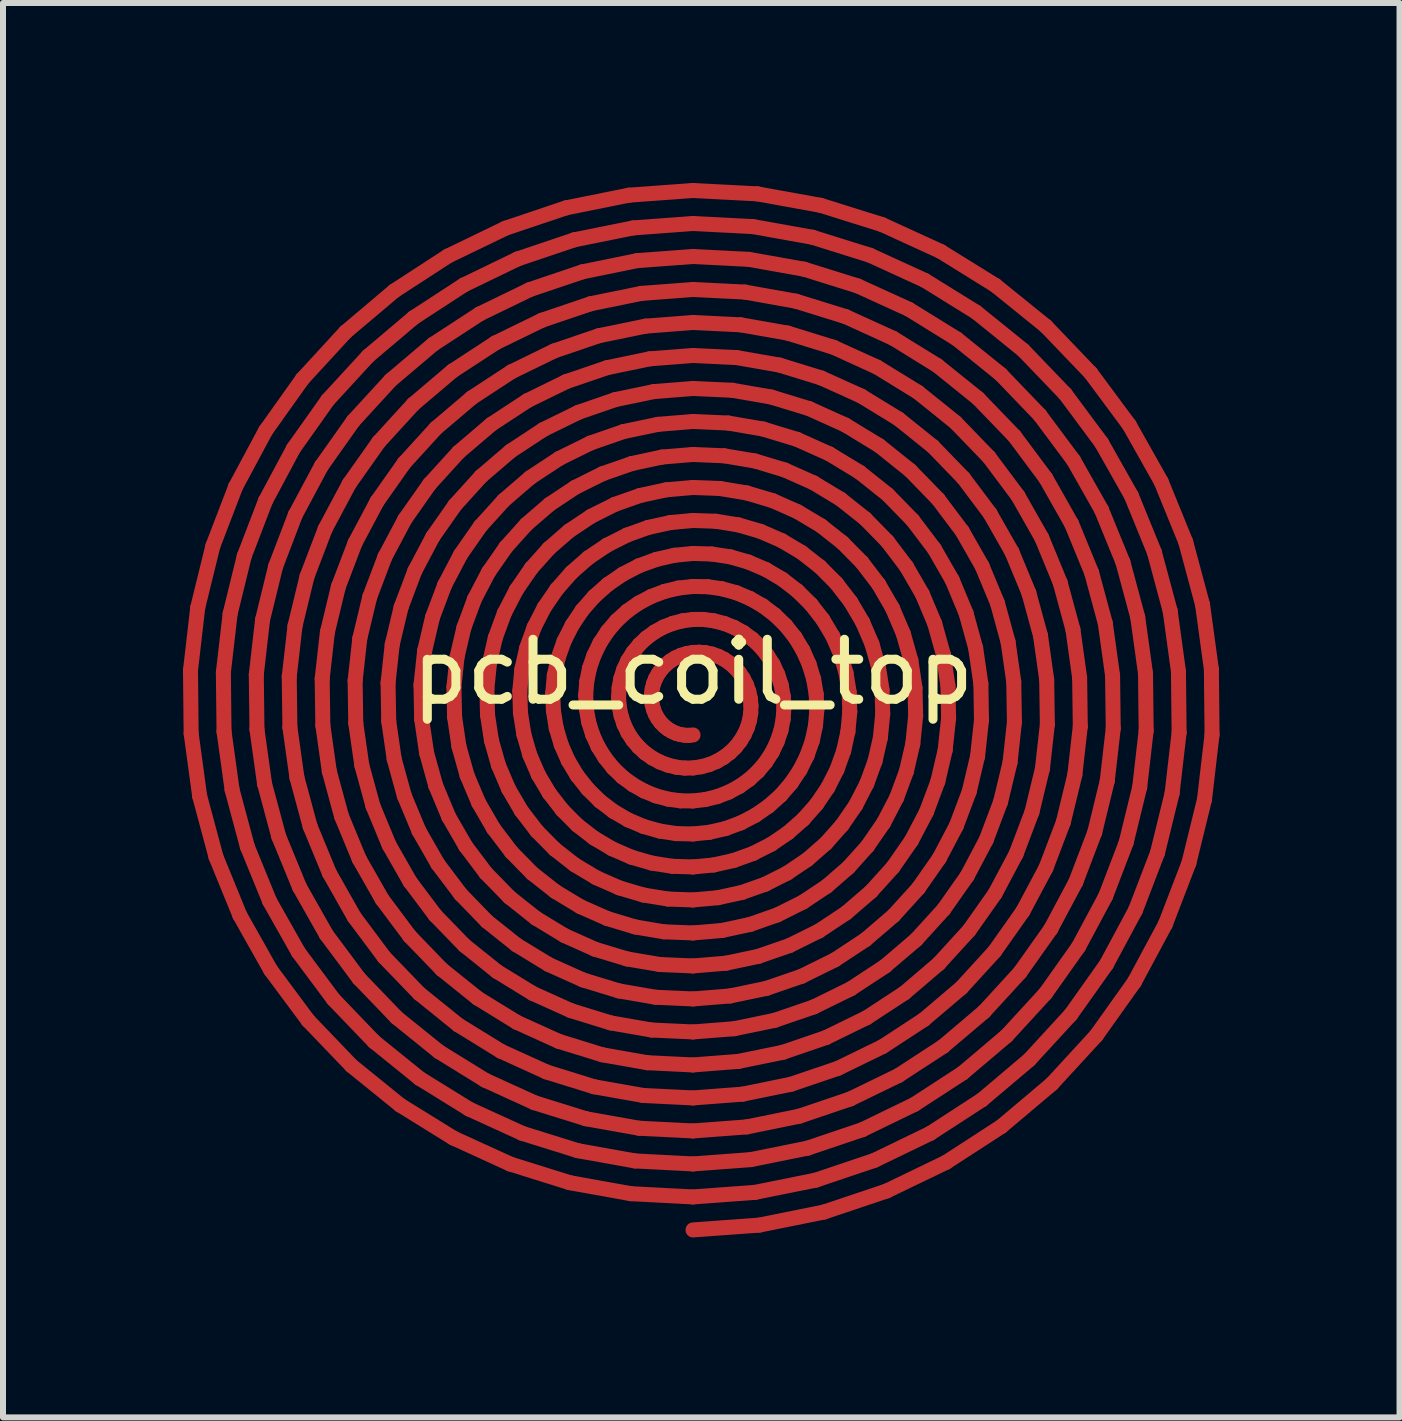
<source format=kicad_pcb>
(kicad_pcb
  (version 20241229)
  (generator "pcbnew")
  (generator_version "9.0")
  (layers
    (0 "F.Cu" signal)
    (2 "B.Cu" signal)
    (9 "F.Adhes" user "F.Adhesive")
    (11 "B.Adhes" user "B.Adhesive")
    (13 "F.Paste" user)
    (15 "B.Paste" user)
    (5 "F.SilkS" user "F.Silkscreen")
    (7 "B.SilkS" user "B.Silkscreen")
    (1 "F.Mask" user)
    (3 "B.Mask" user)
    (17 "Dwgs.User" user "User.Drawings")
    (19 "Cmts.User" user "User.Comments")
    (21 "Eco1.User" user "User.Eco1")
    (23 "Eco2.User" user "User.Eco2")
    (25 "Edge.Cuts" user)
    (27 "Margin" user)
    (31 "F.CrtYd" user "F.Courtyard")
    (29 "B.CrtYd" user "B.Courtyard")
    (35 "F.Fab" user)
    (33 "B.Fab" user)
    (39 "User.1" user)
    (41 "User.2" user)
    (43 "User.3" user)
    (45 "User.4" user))
  (footprint "pcb_coil_top"
    (layer "F.Cu")
    (at 8.501 8.65)
    (property "Reference" "pcb_coil_top" (at 0 -0.5 0) (unlocked yes) (layer "F.SilkS") (effects (font (size 1 1) (thickness 0.15))))
    (fp_line (start -8.376 -0.527) (end -8.255 -1.575) (stroke (width 0.25) (type solid)) (layer "F.Cu"))
    (fp_line (start -8.365 0.526) (end -8.376 -0.527) (stroke (width 0.25) (type solid)) (layer "F.Cu"))
    (fp_line (start -8.255 -1.575) (end -8.003 -2.6) (stroke (width 0.25) (type solid)) (layer "F.Cu"))
    (fp_line (start -8.223 1.569) (end -8.365 0.526) (stroke (width 0.25) (type solid)) (layer "F.Cu"))
    (fp_line (start -8.003 -2.6) (end -7.624 -3.588) (stroke (width 0.25) (type solid)) (layer "F.Cu"))
    (fp_line (start -7.951 2.583) (end -8.223 1.569) (stroke (width 0.25) (type solid)) (layer "F.Cu"))
    (fp_line (start -7.828 -0.492) (end -7.715 -1.472) (stroke (width 0.25) (type solid)) (layer "F.Cu"))
    (fp_line (start -7.817 0.492) (end -7.828 -0.492) (stroke (width 0.25) (type solid)) (layer "F.Cu"))
    (fp_line (start -7.715 -1.472) (end -7.48 -2.43) (stroke (width 0.25) (type solid)) (layer "F.Cu"))
    (fp_line (start -7.682 1.466) (end -7.817 0.492) (stroke (width 0.25) (type solid)) (layer "F.Cu"))
    (fp_line (start -7.624 -3.588) (end -7.124 -4.521) (stroke (width 0.25) (type solid)) (layer "F.Cu"))
    (fp_line (start -7.554 3.555) (end -7.951 2.583) (stroke (width 0.25) (type solid)) (layer "F.Cu"))
    (fp_line (start -7.48 -2.43) (end -7.126 -3.353) (stroke (width 0.25) (type solid)) (layer "F.Cu"))
    (fp_line (start -7.428 2.413) (end -7.682 1.466) (stroke (width 0.25) (type solid)) (layer "F.Cu"))
    (fp_line (start -7.279 -0.458) (end -7.175 -1.369) (stroke (width 0.25) (type solid)) (layer "F.Cu"))
    (fp_line (start -7.268 0.457) (end -7.279 -0.458) (stroke (width 0.25) (type solid)) (layer "F.Cu"))
    (fp_line (start -7.175 -1.369) (end -6.957 -2.26) (stroke (width 0.25) (type solid)) (layer "F.Cu"))
    (fp_line (start -7.142 1.362) (end -7.268 0.457) (stroke (width 0.25) (type solid)) (layer "F.Cu"))
    (fp_line (start -7.126 -3.353) (end -6.659 -4.226) (stroke (width 0.25) (type solid)) (layer "F.Cu"))
    (fp_line (start -7.124 -4.521) (end -6.509 -5.385) (stroke (width 0.25) (type solid)) (layer "F.Cu"))
    (fp_line (start -7.057 3.321) (end -7.428 2.413) (stroke (width 0.25) (type solid)) (layer "F.Cu"))
    (fp_line (start -7.04 4.468) (end -7.554 3.555) (stroke (width 0.25) (type solid)) (layer "F.Cu"))
    (fp_line (start -6.957 -2.26) (end -6.629 -3.119) (stroke (width 0.25) (type solid)) (layer "F.Cu"))
    (fp_line (start -6.905 2.243) (end -7.142 1.362) (stroke (width 0.25) (type solid)) (layer "F.Cu"))
    (fp_line (start -6.73 -0.423) (end -6.634 -1.266) (stroke (width 0.25) (type solid)) (layer "F.Cu"))
    (fp_line (start -6.719 0.423) (end -6.73 -0.423) (stroke (width 0.25) (type solid)) (layer "F.Cu"))
    (fp_line (start -6.659 -4.226) (end -6.086 -5.034) (stroke (width 0.25) (type solid)) (layer "F.Cu"))
    (fp_line (start -6.634 -1.266) (end -6.434 -2.091) (stroke (width 0.25) (type solid)) (layer "F.Cu"))
    (fp_line (start -6.629 -3.119) (end -6.195 -3.931) (stroke (width 0.25) (type solid)) (layer "F.Cu"))
    (fp_line (start -6.602 1.259) (end -6.719 0.423) (stroke (width 0.25) (type solid)) (layer "F.Cu"))
    (fp_line (start -6.576 4.173) (end -7.057 3.321) (stroke (width 0.25) (type solid)) (layer "F.Cu"))
    (fp_line (start -6.559 3.086) (end -6.905 2.243) (stroke (width 0.25) (type solid)) (layer "F.Cu"))
    (fp_line (start -6.509 -5.385) (end -5.791 -6.166) (stroke (width 0.25) (type solid)) (layer "F.Cu"))
    (fp_line (start -6.434 -2.091) (end -6.131 -2.885) (stroke (width 0.25) (type solid)) (layer "F.Cu"))
    (fp_line (start -6.416 5.308) (end -7.04 4.468) (stroke (width 0.25) (type solid)) (layer "F.Cu"))
    (fp_line (start -6.382 2.074) (end -6.602 1.259) (stroke (width 0.25) (type solid)) (layer "F.Cu"))
    (fp_line (start -6.195 -3.931) (end -5.662 -4.684) (stroke (width 0.25) (type solid)) (layer "F.Cu"))
    (fp_line (start -6.181 -0.389) (end -6.094 -1.163) (stroke (width 0.25) (type solid)) (layer "F.Cu"))
    (fp_line (start -6.17 0.388) (end -6.181 -0.389) (stroke (width 0.25) (type solid)) (layer "F.Cu"))
    (fp_line (start -6.131 -2.885) (end -5.73 -3.637) (stroke (width 0.25) (type solid)) (layer "F.Cu"))
    (fp_line (start -6.111 3.878) (end -6.559 3.086) (stroke (width 0.25) (type solid)) (layer "F.Cu"))
    (fp_line (start -6.094 -1.163) (end -5.911 -1.921) (stroke (width 0.25) (type solid)) (layer "F.Cu"))
    (fp_line (start -6.086 -5.034) (end -5.414 -5.765) (stroke (width 0.25) (type solid)) (layer "F.Cu"))
    (fp_line (start -6.062 1.156) (end -6.17 0.388) (stroke (width 0.25) (type solid)) (layer "F.Cu"))
    (fp_line (start -6.061 2.852) (end -6.382 2.074) (stroke (width 0.25) (type solid)) (layer "F.Cu"))
    (fp_line (start -5.992 4.957) (end -6.576 4.173) (stroke (width 0.25) (type solid)) (layer "F.Cu"))
    (fp_line (start -5.911 -1.921) (end -5.633 -2.651) (stroke (width 0.25) (type solid)) (layer "F.Cu"))
    (fp_line (start -5.859 1.904) (end -6.062 1.156) (stroke (width 0.25) (type solid)) (layer "F.Cu"))
    (fp_line (start -5.791 -6.166) (end -4.979 -6.852) (stroke (width 0.25) (type solid)) (layer "F.Cu"))
    (fp_line (start -5.73 -3.637) (end -5.238 -4.333) (stroke (width 0.25) (type solid)) (layer "F.Cu"))
    (fp_line (start -5.693 6.062) (end -6.416 5.308) (stroke (width 0.25) (type solid)) (layer "F.Cu"))
    (fp_line (start -5.662 -4.684) (end -5.038 -5.364) (stroke (width 0.25) (type solid)) (layer "F.Cu"))
    (fp_line (start -5.647 3.584) (end -6.061 2.852) (stroke (width 0.25) (type solid)) (layer "F.Cu"))
    (fp_line (start -5.633 -2.651) (end -5.266 -3.342) (stroke (width 0.25) (type solid)) (layer "F.Cu"))
    (fp_line (start -5.632 -0.354) (end -5.554 -1.059) (stroke (width 0.25) (type solid)) (layer "F.Cu"))
    (fp_line (start -5.621 0.354) (end -5.632 -0.354) (stroke (width 0.25) (type solid)) (layer "F.Cu"))
    (fp_line (start -5.568 4.607) (end -6.111 3.878) (stroke (width 0.25) (type solid)) (layer "F.Cu"))
    (fp_line (start -5.564 2.618) (end -5.859 1.904) (stroke (width 0.25) (type solid)) (layer "F.Cu"))
    (fp_line (start -5.554 -1.059) (end -5.388 -1.751) (stroke (width 0.25) (type solid)) (layer "F.Cu"))
    (fp_line (start -5.521 1.053) (end -5.621 0.354) (stroke (width 0.25) (type solid)) (layer "F.Cu"))
    (fp_line (start -5.414 -5.765) (end -4.655 -6.407) (stroke (width 0.25) (type solid)) (layer "F.Cu"))
    (fp_line (start -5.388 -1.751) (end -5.136 -2.417) (stroke (width 0.25) (type solid)) (layer "F.Cu"))
    (fp_line (start -5.335 1.734) (end -5.521 1.053) (stroke (width 0.25) (type solid)) (layer "F.Cu"))
    (fp_line (start -5.316 5.661) (end -5.992 4.957) (stroke (width 0.25) (type solid)) (layer "F.Cu"))
    (fp_line (start -5.266 -3.342) (end -4.814 -3.983) (stroke (width 0.25) (type solid)) (layer "F.Cu"))
    (fp_line (start -5.238 -4.333) (end -4.661 -4.964) (stroke (width 0.25) (type solid)) (layer "F.Cu"))
    (fp_line (start -5.182 3.289) (end -5.564 2.618) (stroke (width 0.25) (type solid)) (layer "F.Cu"))
    (fp_line (start -5.145 4.256) (end -5.647 3.584) (stroke (width 0.25) (type solid)) (layer "F.Cu"))
    (fp_line (start -5.136 -2.417) (end -4.802 -3.047) (stroke (width 0.25) (type solid)) (layer "F.Cu"))
    (fp_line (start -5.083 -0.32) (end -5.014 -0.956) (stroke (width 0.25) (type solid)) (layer "F.Cu"))
    (fp_line (start -5.072 0.319) (end -5.083 -0.32) (stroke (width 0.25) (type solid)) (layer "F.Cu"))
    (fp_line (start -5.066 2.384) (end -5.335 1.734) (stroke (width 0.25) (type solid)) (layer "F.Cu"))
    (fp_line (start -5.038 -5.364) (end -4.332 -5.962) (stroke (width 0.25) (type solid)) (layer "F.Cu"))
    (fp_line (start -5.014 -0.956) (end -4.865 -1.581) (stroke (width 0.25) (type solid)) (layer "F.Cu"))
    (fp_line (start -4.981 0.95) (end -5.072 0.319) (stroke (width 0.25) (type solid)) (layer "F.Cu"))
    (fp_line (start -4.979 -6.852) (end -4.086 -7.432) (stroke (width 0.25) (type solid)) (layer "F.Cu"))
    (fp_line (start -4.94 5.26) (end -5.568 4.607) (stroke (width 0.25) (type solid)) (layer "F.Cu"))
    (fp_line (start -4.882 6.719) (end -5.693 6.062) (stroke (width 0.25) (type solid)) (layer "F.Cu"))
    (fp_line (start -4.865 -1.581) (end -4.638 -2.183) (stroke (width 0.25) (type solid)) (layer "F.Cu"))
    (fp_line (start -4.814 -3.983) (end -4.285 -4.563) (stroke (width 0.25) (type solid)) (layer "F.Cu"))
    (fp_line (start -4.812 1.564) (end -4.981 0.95) (stroke (width 0.25) (type solid)) (layer "F.Cu"))
    (fp_line (start -4.802 -3.047) (end -4.39 -3.632) (stroke (width 0.25) (type solid)) (layer "F.Cu"))
    (fp_line (start -4.721 3.905) (end -5.182 3.289) (stroke (width 0.25) (type solid)) (layer "F.Cu"))
    (fp_line (start -4.718 2.994) (end -5.066 2.384) (stroke (width 0.25) (type solid)) (layer "F.Cu"))
    (fp_line (start -4.661 -4.964) (end -4.009 -5.517) (stroke (width 0.25) (type solid)) (layer "F.Cu"))
    (fp_line (start -4.655 -6.407) (end -3.821 -6.95) (stroke (width 0.25) (type solid)) (layer "F.Cu"))
    (fp_line (start -4.638 -2.183) (end -4.337 -2.753) (stroke (width 0.25) (type solid)) (layer "F.Cu"))
    (fp_line (start -4.568 2.15) (end -4.812 1.564) (stroke (width 0.25) (type solid)) (layer "F.Cu"))
    (fp_line (start -4.563 4.859) (end -5.145 4.256) (stroke (width 0.25) (type solid)) (layer "F.Cu"))
    (fp_line (start -4.558 6.274) (end -5.316 5.661) (stroke (width 0.25) (type solid)) (layer "F.Cu"))
    (fp_line (start -4.534 -0.285) (end -4.473 -0.853) (stroke (width 0.25) (type solid)) (layer "F.Cu"))
    (fp_line (start -4.523 0.285) (end -4.534 -0.285) (stroke (width 0.25) (type solid)) (layer "F.Cu"))
    (fp_line (start -4.473 -0.853) (end -4.342 -1.411) (stroke (width 0.25) (type solid)) (layer "F.Cu"))
    (fp_line (start -4.441 0.847) (end -4.523 0.285) (stroke (width 0.25) (type solid)) (layer "F.Cu"))
    (fp_line (start -4.39 -3.632) (end -3.908 -4.162) (stroke (width 0.25) (type solid)) (layer "F.Cu"))
    (fp_line (start -4.342 -1.411) (end -4.14 -1.948) (stroke (width 0.25) (type solid)) (layer "F.Cu"))
    (fp_line (start -4.337 -2.753) (end -3.967 -3.281) (stroke (width 0.25) (type solid)) (layer "F.Cu"))
    (fp_line (start -4.332 -5.962) (end -3.556 -6.468) (stroke (width 0.25) (type solid)) (layer "F.Cu"))
    (fp_line (start -4.297 3.555) (end -4.718 2.994) (stroke (width 0.25) (type solid)) (layer "F.Cu"))
    (fp_line (start -4.289 1.394) (end -4.441 0.847) (stroke (width 0.25) (type solid)) (layer "F.Cu"))
    (fp_line (start -4.285 -4.563) (end -3.685 -5.073) (stroke (width 0.25) (type solid)) (layer "F.Cu"))
    (fp_line (start -4.254 2.699) (end -4.568 2.15) (stroke (width 0.25) (type solid)) (layer "F.Cu"))
    (fp_line (start -4.235 5.829) (end -4.94 5.26) (stroke (width 0.25) (type solid)) (layer "F.Cu"))
    (fp_line (start -4.187 4.458) (end -4.721 3.905) (stroke (width 0.25) (type solid)) (layer "F.Cu"))
    (fp_line (start -4.14 -1.948) (end -3.873 -2.458) (stroke (width 0.25) (type solid)) (layer "F.Cu"))
    (fp_line (start -4.086 -7.432) (end -3.126 -7.896) (stroke (width 0.25) (type solid)) (layer "F.Cu"))
    (fp_line (start -4.071 1.916) (end -4.289 1.394) (stroke (width 0.25) (type solid)) (layer "F.Cu"))
    (fp_line (start -4.009 -5.517) (end -3.291 -5.986) (stroke (width 0.25) (type solid)) (layer "F.Cu"))
    (fp_line (start -3.996 7.268) (end -4.882 6.719) (stroke (width 0.25) (type solid)) (layer "F.Cu"))
    (fp_line (start -3.985 -0.251) (end -3.933 -0.75) (stroke (width 0.25) (type solid)) (layer "F.Cu"))
    (fp_line (start -3.974 0.25) (end -3.985 -0.251) (stroke (width 0.25) (type solid)) (layer "F.Cu"))
    (fp_line (start -3.967 -3.281) (end -3.532 -3.761) (stroke (width 0.25) (type solid)) (layer "F.Cu"))
    (fp_line (start -3.933 -0.75) (end -3.818 -1.241) (stroke (width 0.25) (type solid)) (layer "F.Cu"))
    (fp_line (start -3.912 5.384) (end -4.563 4.859) (stroke (width 0.25) (type solid)) (layer "F.Cu"))
    (fp_line (start -3.908 -4.162) (end -3.362 -4.628) (stroke (width 0.25) (type solid)) (layer "F.Cu"))
    (fp_line (start -3.901 0.744) (end -3.974 0.25) (stroke (width 0.25) (type solid)) (layer "F.Cu"))
    (fp_line (start -3.873 3.204) (end -4.254 2.699) (stroke (width 0.25) (type solid)) (layer "F.Cu"))
    (fp_line (start -3.873 -2.458) (end -3.543 -2.931) (stroke (width 0.25) (type solid)) (layer "F.Cu"))
    (fp_line (start -3.821 -6.95) (end -2.924 -7.384) (stroke (width 0.25) (type solid)) (layer "F.Cu"))
    (fp_line (start -3.818 -1.241) (end -3.643 -1.714) (stroke (width 0.25) (type solid)) (layer "F.Cu"))
    (fp_line (start -3.81 4.057) (end -4.297 3.555) (stroke (width 0.25) (type solid)) (layer "F.Cu"))
    (fp_line (start -3.789 2.405) (end -4.071 1.916) (stroke (width 0.25) (type solid)) (layer "F.Cu"))
    (fp_line (start -3.766 1.224) (end -3.901 0.744) (stroke (width 0.25) (type solid)) (layer "F.Cu"))
    (fp_line (start -3.731 6.786) (end -4.558 6.274) (stroke (width 0.25) (type solid)) (layer "F.Cu"))
    (fp_line (start -3.685 -5.073) (end -3.026 -5.504) (stroke (width 0.25) (type solid)) (layer "F.Cu"))
    (fp_line (start -3.643 -1.714) (end -3.409 -2.163) (stroke (width 0.25) (type solid)) (layer "F.Cu"))
    (fp_line (start -3.588 4.939) (end -4.187 4.458) (stroke (width 0.25) (type solid)) (layer "F.Cu"))
    (fp_line (start -3.573 1.681) (end -3.766 1.224) (stroke (width 0.25) (type solid)) (layer "F.Cu"))
    (fp_line (start -3.556 -6.468) (end -2.721 -6.873) (stroke (width 0.25) (type solid)) (layer "F.Cu"))
    (fp_line (start -3.543 -2.931) (end -3.155 -3.36) (stroke (width 0.25) (type solid)) (layer "F.Cu"))
    (fp_line (start -3.532 -3.761) (end -3.039 -4.183) (stroke (width 0.25) (type solid)) (layer "F.Cu"))
    (fp_line (start -3.466 6.304) (end -4.235 5.829) (stroke (width 0.25) (type solid)) (layer "F.Cu"))
    (fp_line (start -3.45 2.854) (end -3.789 2.405) (stroke (width 0.25) (type solid)) (layer "F.Cu"))
    (fp_line (start -3.436 -0.216) (end -3.393 -0.647) (stroke (width 0.25) (type solid)) (layer "F.Cu"))
    (fp_line (start -3.434 3.657) (end -3.873 3.204) (stroke (width 0.25) (type solid)) (layer "F.Cu"))
    (fp_line (start -3.425 0.215) (end -3.436 -0.216) (stroke (width 0.25) (type solid)) (layer "F.Cu"))
    (fp_line (start -3.409 -2.163) (end -3.119 -2.58) (stroke (width 0.25) (type solid)) (layer "F.Cu"))
    (fp_line (start -3.393 -0.647) (end -3.295 -1.071) (stroke (width 0.25) (type solid)) (layer "F.Cu"))
    (fp_line (start -3.362 -4.628) (end -2.761 -5.022) (stroke (width 0.25) (type solid)) (layer "F.Cu"))
    (fp_line (start -3.36 0.641) (end -3.425 0.215) (stroke (width 0.25) (type solid)) (layer "F.Cu"))
    (fp_line (start -3.325 2.11) (end -3.573 1.681) (stroke (width 0.25) (type solid)) (layer "F.Cu"))
    (fp_line (start -3.295 -1.071) (end -3.145 -1.48) (stroke (width 0.25) (type solid)) (layer "F.Cu"))
    (fp_line (start -3.291 -5.986) (end -2.519 -6.362) (stroke (width 0.25) (type solid)) (layer "F.Cu"))
    (fp_line (start -3.265 4.494) (end -3.81 4.057) (stroke (width 0.25) (type solid)) (layer "F.Cu"))
    (fp_line (start -3.243 1.054) (end -3.36 0.641) (stroke (width 0.25) (type solid)) (layer "F.Cu"))
    (fp_line (start -3.201 5.822) (end -3.912 5.384) (stroke (width 0.25) (type solid)) (layer "F.Cu"))
    (fp_line (start -3.155 -3.36) (end -2.716 -3.738) (stroke (width 0.25) (type solid)) (layer "F.Cu"))
    (fp_line (start -3.145 -1.48) (end -2.944 -1.868) (stroke (width 0.25) (type solid)) (layer "F.Cu"))
    (fp_line (start -3.126 -7.896) (end -2.115 -8.236) (stroke (width 0.25) (type solid)) (layer "F.Cu"))
    (fp_line (start -3.119 -2.58) (end -2.779 -2.959) (stroke (width 0.25) (type solid)) (layer "F.Cu"))
    (fp_line (start -3.076 1.447) (end -3.243 1.054) (stroke (width 0.25) (type solid)) (layer "F.Cu"))
    (fp_line (start -3.057 3.256) (end -3.45 2.854) (stroke (width 0.25) (type solid)) (layer "F.Cu"))
    (fp_line (start -3.049 7.701) (end -3.996 7.268) (stroke (width 0.25) (type solid)) (layer "F.Cu"))
    (fp_line (start -3.039 -4.183) (end -2.496 -4.54) (stroke (width 0.25) (type solid)) (layer "F.Cu"))
    (fp_line (start -3.026 -5.504) (end -2.316 -5.85) (stroke (width 0.25) (type solid)) (layer "F.Cu"))
    (fp_line (start -3.026 2.503) (end -3.325 2.11) (stroke (width 0.25) (type solid)) (layer "F.Cu"))
    (fp_line (start -2.944 -1.868) (end -2.695 -2.23) (stroke (width 0.25) (type solid)) (layer "F.Cu"))
    (fp_line (start -2.942 4.049) (end -3.434 3.657) (stroke (width 0.25) (type solid)) (layer "F.Cu"))
    (fp_line (start -2.936 5.34) (end -3.588 4.939) (stroke (width 0.25) (type solid)) (layer "F.Cu"))
    (fp_line (start -2.924 -7.384) (end -1.978 -7.703) (stroke (width 0.25) (type solid)) (layer "F.Cu"))
    (fp_line (start -2.887 -0.182) (end -2.853 -0.544) (stroke (width 0.25) (type solid)) (layer "F.Cu"))
    (fp_line (start -2.876 0.181) (end -2.887 -0.182) (stroke (width 0.25) (type solid)) (layer "F.Cu"))
    (fp_line (start -2.861 1.815) (end -3.076 1.447) (stroke (width 0.25) (type solid)) (layer "F.Cu"))
    (fp_line (start -2.853 -0.544) (end -2.772 -0.901) (stroke (width 0.25) (type solid)) (layer "F.Cu"))
    (fp_line (start -2.847 7.19) (end -3.731 6.786) (stroke (width 0.25) (type solid)) (layer "F.Cu"))
    (fp_line (start -2.82 0.538) (end -2.876 0.181) (stroke (width 0.25) (type solid)) (layer "F.Cu"))
    (fp_line (start -2.779 -2.959) (end -2.392 -3.293) (stroke (width 0.25) (type solid)) (layer "F.Cu"))
    (fp_line (start -2.772 -0.901) (end -2.648 -1.246) (stroke (width 0.25) (type solid)) (layer "F.Cu"))
    (fp_line (start -2.761 -5.022) (end -2.114 -5.339) (stroke (width 0.25) (type solid)) (layer "F.Cu"))
    (fp_line (start -2.721 -6.873) (end -1.841 -7.17) (stroke (width 0.25) (type solid)) (layer "F.Cu"))
    (fp_line (start -2.72 0.884) (end -2.82 0.538) (stroke (width 0.25) (type solid)) (layer "F.Cu"))
    (fp_line (start -2.716 -3.738) (end -2.231 -4.058) (stroke (width 0.25) (type solid)) (layer "F.Cu"))
    (fp_line (start -2.695 -2.23) (end -2.402 -2.558) (stroke (width 0.25) (type solid)) (layer "F.Cu"))
    (fp_line (start -2.681 2.855) (end -3.026 2.503) (stroke (width 0.25) (type solid)) (layer "F.Cu"))
    (fp_line (start -2.671 4.858) (end -3.265 4.494) (stroke (width 0.25) (type solid)) (layer "F.Cu"))
    (fp_line (start -2.648 -1.246) (end -2.48 -1.574) (stroke (width 0.25) (type solid)) (layer "F.Cu"))
    (fp_line (start -2.644 6.679) (end -3.466 6.304) (stroke (width 0.25) (type solid)) (layer "F.Cu"))
    (fp_line (start -2.619 3.604) (end -3.057 3.256) (stroke (width 0.25) (type solid)) (layer "F.Cu"))
    (fp_line (start -2.602 2.153) (end -2.861 1.815) (stroke (width 0.25) (type solid)) (layer "F.Cu"))
    (fp_line (start -2.578 1.213) (end -2.72 0.884) (stroke (width 0.25) (type solid)) (layer "F.Cu"))
    (fp_line (start -2.519 -6.362) (end -1.704 -6.638) (stroke (width 0.25) (type solid)) (layer "F.Cu"))
    (fp_line (start -2.496 -4.54) (end -1.911 -4.827) (stroke (width 0.25) (type solid)) (layer "F.Cu"))
    (fp_line (start -2.48 -1.574) (end -2.271 -1.879) (stroke (width 0.25) (type solid)) (layer "F.Cu"))
    (fp_line (start -2.442 6.167) (end -3.201 5.822) (stroke (width 0.25) (type solid)) (layer "F.Cu"))
    (fp_line (start -2.406 4.376) (end -2.942 4.049) (stroke (width 0.25) (type solid)) (layer "F.Cu"))
    (fp_line (start -2.402 -2.558) (end -2.069 -2.848) (stroke (width 0.25) (type solid)) (layer "F.Cu"))
    (fp_line (start -2.396 1.521) (end -2.578 1.213) (stroke (width 0.25) (type solid)) (layer "F.Cu"))
    (fp_line (start -2.392 -3.293) (end -1.966 -3.576) (stroke (width 0.25) (type solid)) (layer "F.Cu"))
    (fp_line (start -2.338 -0.147) (end -2.312 -0.441) (stroke (width 0.25) (type solid)) (layer "F.Cu"))
    (fp_line (start -2.327 0.146) (end -2.338 -0.147) (stroke (width 0.25) (type solid)) (layer "F.Cu"))
    (fp_line (start -2.316 -5.85) (end -1.567 -6.105) (stroke (width 0.25) (type solid)) (layer "F.Cu"))
    (fp_line (start -2.312 -0.441) (end -2.249 -0.731) (stroke (width 0.25) (type solid)) (layer "F.Cu"))
    (fp_line (start -2.304 2.454) (end -2.602 2.153) (stroke (width 0.25) (type solid)) (layer "F.Cu"))
    (fp_line (start -2.295 3.159) (end -2.681 2.855) (stroke (width 0.25) (type solid)) (layer "F.Cu"))
    (fp_line (start -2.28 0.435) (end -2.327 0.146) (stroke (width 0.25) (type solid)) (layer "F.Cu"))
    (fp_line (start -2.271 -1.879) (end -2.026 -2.157) (stroke (width 0.25) (type solid)) (layer "F.Cu"))
    (fp_line (start -2.249 -0.731) (end -2.15 -1.012) (stroke (width 0.25) (type solid)) (layer "F.Cu"))
    (fp_line (start -2.239 5.656) (end -2.936 5.34) (stroke (width 0.25) (type solid)) (layer "F.Cu"))
    (fp_line (start -2.231 -4.058) (end -1.709 -4.316) (stroke (width 0.25) (type solid)) (layer "F.Cu"))
    (fp_line (start -2.197 0.714) (end -2.28 0.435) (stroke (width 0.25) (type solid)) (layer "F.Cu"))
    (fp_line (start -2.178 1.802) (end -2.396 1.521) (stroke (width 0.25) (type solid)) (layer "F.Cu"))
    (fp_line (start -2.15 -1.012) (end -2.015 -1.279) (stroke (width 0.25) (type solid)) (layer "F.Cu"))
    (fp_line (start -2.141 3.894) (end -2.619 3.604) (stroke (width 0.25) (type solid)) (layer "F.Cu"))
    (fp_line (start -2.115 -8.236) (end -1.067 -8.447) (stroke (width 0.25) (type solid)) (layer "F.Cu"))
    (fp_line (start -2.114 -5.339) (end -1.431 -5.572) (stroke (width 0.25) (type solid)) (layer "F.Cu"))
    (fp_line (start -2.08 0.979) (end -2.197 0.714) (stroke (width 0.25) (type solid)) (layer "F.Cu"))
    (fp_line (start -2.069 -2.848) (end -1.701 -3.094) (stroke (width 0.25) (type solid)) (layer "F.Cu"))
    (fp_line (start -2.057 8.012) (end -3.049 7.701) (stroke (width 0.25) (type solid)) (layer "F.Cu"))
    (fp_line (start -2.037 5.144) (end -2.671 4.858) (stroke (width 0.25) (type solid)) (layer "F.Cu"))
    (fp_line (start -2.026 -2.157) (end -1.746 -2.403) (stroke (width 0.25) (type solid)) (layer "F.Cu"))
    (fp_line (start -2.015 -1.279) (end -1.848 -1.529) (stroke (width 0.25) (type solid)) (layer "F.Cu"))
    (fp_line (start -1.978 -7.703) (end -0.998 -7.901) (stroke (width 0.25) (type solid)) (layer "F.Cu"))
    (fp_line (start -1.972 2.714) (end -2.304 2.454) (stroke (width 0.25) (type solid)) (layer "F.Cu"))
    (fp_line (start -1.966 -3.576) (end -1.506 -3.805) (stroke (width 0.25) (type solid)) (layer "F.Cu"))
    (fp_line (start -1.932 1.226) (end -2.08 0.979) (stroke (width 0.25) (type solid)) (layer "F.Cu"))
    (fp_line (start -1.928 2.053) (end -2.178 1.802) (stroke (width 0.25) (type solid)) (layer "F.Cu"))
    (fp_line (start -1.92 7.479) (end -2.847 7.19) (stroke (width 0.25) (type solid)) (layer "F.Cu"))
    (fp_line (start -1.911 -4.827) (end -1.294 -5.04) (stroke (width 0.25) (type solid)) (layer "F.Cu"))
    (fp_line (start -1.876 3.412) (end -2.295 3.159) (stroke (width 0.25) (type solid)) (layer "F.Cu"))
    (fp_line (start -1.848 -1.529) (end -1.649 -1.756) (stroke (width 0.25) (type solid)) (layer "F.Cu"))
    (fp_line (start -1.841 -7.17) (end -0.929 -7.356) (stroke (width 0.25) (type solid)) (layer "F.Cu"))
    (fp_line (start -1.834 4.633) (end -2.406 4.376) (stroke (width 0.25) (type solid)) (layer "F.Cu"))
    (fp_line (start -1.789 -0.113) (end -1.772 -0.338) (stroke (width 0.25) (type solid)) (layer "F.Cu"))
    (fp_line (start -1.784 6.947) (end -2.644 6.679) (stroke (width 0.25) (type solid)) (layer "F.Cu"))
    (fp_line (start -1.778 0.112) (end -1.789 -0.113) (stroke (width 0.25) (type solid)) (layer "F.Cu"))
    (fp_line (start -1.772 -0.338) (end -1.726 -0.561) (stroke (width 0.25) (type solid)) (layer "F.Cu"))
    (fp_line (start -1.754 1.451) (end -1.932 1.226) (stroke (width 0.25) (type solid)) (layer "F.Cu"))
    (fp_line (start -1.746 -2.403) (end -1.436 -2.612) (stroke (width 0.25) (type solid)) (layer "F.Cu"))
    (fp_line (start -1.74 0.332) (end -1.778 0.112) (stroke (width 0.25) (type solid)) (layer "F.Cu"))
    (fp_line (start -1.726 -0.561) (end -1.652 -0.777) (stroke (width 0.25) (type solid)) (layer "F.Cu"))
    (fp_line (start -1.709 -4.316) (end -1.157 -4.507) (stroke (width 0.25) (type solid)) (layer "F.Cu"))
    (fp_line (start -1.704 -6.638) (end -0.86 -6.81) (stroke (width 0.25) (type solid)) (layer "F.Cu"))
    (fp_line (start -1.701 -3.094) (end -1.304 -3.293) (stroke (width 0.25) (type solid)) (layer "F.Cu"))
    (fp_line (start -1.674 0.544) (end -1.74 0.332) (stroke (width 0.25) (type solid)) (layer "F.Cu"))
    (fp_line (start -1.652 -0.777) (end -1.551 -0.984) (stroke (width 0.25) (type solid)) (layer "F.Cu"))
    (fp_line (start -1.649 -1.756) (end -1.422 -1.958) (stroke (width 0.25) (type solid)) (layer "F.Cu"))
    (fp_line (start -1.649 2.269) (end -1.928 2.053) (stroke (width 0.25) (type solid)) (layer "F.Cu"))
    (fp_line (start -1.647 6.414) (end -2.442 6.167) (stroke (width 0.25) (type solid)) (layer "F.Cu"))
    (fp_line (start -1.632 4.122) (end -2.141 3.894) (stroke (width 0.25) (type solid)) (layer "F.Cu"))
    (fp_line (start -1.611 2.93) (end -1.972 2.714) (stroke (width 0.25) (type solid)) (layer "F.Cu"))
    (fp_line (start -1.583 0.745) (end -1.674 0.544) (stroke (width 0.25) (type solid)) (layer "F.Cu"))
    (fp_line (start -1.567 -6.105) (end -0.791 -6.264) (stroke (width 0.25) (type solid)) (layer "F.Cu"))
    (fp_line (start -1.551 1.652) (end -1.754 1.451) (stroke (width 0.25) (type solid)) (layer "F.Cu"))
    (fp_line (start -1.551 -0.984) (end -1.424 -1.178) (stroke (width 0.25) (type solid)) (layer "F.Cu"))
    (fp_line (start -1.51 5.881) (end -2.239 5.656) (stroke (width 0.25) (type solid)) (layer "F.Cu"))
    (fp_line (start -1.506 -3.805) (end -1.02 -3.974) (stroke (width 0.25) (type solid)) (layer "F.Cu"))
    (fp_line (start -1.467 0.931) (end -1.583 0.745) (stroke (width 0.25) (type solid)) (layer "F.Cu"))
    (fp_line (start -1.436 -2.612) (end -1.101 -2.782) (stroke (width 0.25) (type solid)) (layer "F.Cu"))
    (fp_line (start -1.431 -5.572) (end -0.722 -5.719) (stroke (width 0.25) (type solid)) (layer "F.Cu"))
    (fp_line (start -1.429 3.61) (end -1.876 3.412) (stroke (width 0.25) (type solid)) (layer "F.Cu"))
    (fp_line (start -1.424 -1.178) (end -1.273 -1.355) (stroke (width 0.25) (type solid)) (layer "F.Cu"))
    (fp_line (start -1.422 -1.958) (end -1.171 -2.13) (stroke (width 0.25) (type solid)) (layer "F.Cu"))
    (fp_line (start -1.373 5.349) (end -2.037 5.144) (stroke (width 0.25) (type solid)) (layer "F.Cu"))
    (fp_line (start -1.346 2.448) (end -1.649 2.269) (stroke (width 0.25) (type solid)) (layer "F.Cu"))
    (fp_line (start -1.331 1.101) (end -1.467 0.931) (stroke (width 0.25) (type solid)) (layer "F.Cu"))
    (fp_line (start -1.325 1.824) (end -1.551 1.652) (stroke (width 0.25) (type solid)) (layer "F.Cu"))
    (fp_line (start -1.304 -3.293) (end -0.884 -3.441) (stroke (width 0.25) (type solid)) (layer "F.Cu"))
    (fp_line (start -1.294 -5.04) (end -0.653 -5.173) (stroke (width 0.25) (type solid)) (layer "F.Cu"))
    (fp_line (start -1.273 -1.355) (end -1.099 -1.513) (stroke (width 0.25) (type solid)) (layer "F.Cu"))
    (fp_line (start -1.241 -0.078) (end -1.232 -0.235) (stroke (width 0.25) (type solid)) (layer "F.Cu"))
    (fp_line (start -1.236 4.816) (end -1.834 4.633) (stroke (width 0.25) (type solid)) (layer "F.Cu"))
    (fp_line (start -1.232 -0.235) (end -1.203 -0.391) (stroke (width 0.25) (type solid)) (layer "F.Cu"))
    (fp_line (start -1.23 0.077) (end -1.241 -0.078) (stroke (width 0.25) (type solid)) (layer "F.Cu"))
    (fp_line (start -1.227 3.099) (end -1.611 2.93) (stroke (width 0.25) (type solid)) (layer "F.Cu"))
    (fp_line (start -1.203 -0.391) (end -1.155 -0.543) (stroke (width 0.25) (type solid)) (layer "F.Cu"))
    (fp_line (start -1.199 0.229) (end -1.23 0.077) (stroke (width 0.25) (type solid)) (layer "F.Cu"))
    (fp_line (start -1.175 1.251) (end -1.331 1.101) (stroke (width 0.25) (type solid)) (layer "F.Cu"))
    (fp_line (start -1.171 -2.13) (end -0.899 -2.271) (stroke (width 0.25) (type solid)) (layer "F.Cu"))
    (fp_line (start -1.157 -4.507) (end -0.585 -4.627) (stroke (width 0.25) (type solid)) (layer "F.Cu"))
    (fp_line (start -1.155 -0.543) (end -1.087 -0.69) (stroke (width 0.25) (type solid)) (layer "F.Cu"))
    (fp_line (start -1.151 0.374) (end -1.199 0.229) (stroke (width 0.25) (type solid)) (layer "F.Cu"))
    (fp_line (start -1.101 -2.782) (end -0.747 -2.909) (stroke (width 0.25) (type solid)) (layer "F.Cu"))
    (fp_line (start -1.1 4.283) (end -1.632 4.122) (stroke (width 0.25) (type solid)) (layer "F.Cu"))
    (fp_line (start -1.099 -1.513) (end -0.906 -1.648) (stroke (width 0.25) (type solid)) (layer "F.Cu"))
    (fp_line (start -1.087 -0.69) (end -1 -0.827) (stroke (width 0.25) (type solid)) (layer "F.Cu"))
    (fp_line (start -1.085 0.511) (end -1.151 0.374) (stroke (width 0.25) (type solid)) (layer "F.Cu"))
    (fp_line (start -1.081 1.966) (end -1.325 1.824) (stroke (width 0.25) (type solid)) (layer "F.Cu"))
    (fp_line (start -1.067 -8.447) (end 0 -8.525) (stroke (width 0.25) (type solid)) (layer "F.Cu"))
    (fp_line (start -1.035 8.196) (end -2.057 8.012) (stroke (width 0.25) (type solid)) (layer "F.Cu"))
    (fp_line (start -1.024 2.588) (end -1.346 2.448) (stroke (width 0.25) (type solid)) (layer "F.Cu"))
    (fp_line (start -1.02 -3.974) (end -0.516 -4.082) (stroke (width 0.25) (type solid)) (layer "F.Cu"))
    (fp_line (start -1.003 0.637) (end -1.085 0.511) (stroke (width 0.25) (type solid)) (layer "F.Cu"))
    (fp_line (start -1.002 1.379) (end -1.175 1.251) (stroke (width 0.25) (type solid)) (layer "F.Cu"))
    (fp_line (start -1 -0.827) (end -0.896 -0.954) (stroke (width 0.25) (type solid)) (layer "F.Cu"))
    (fp_line (start -0.998 -7.901) (end 0 -7.975) (stroke (width 0.25) (type solid)) (layer "F.Cu"))
    (fp_line (start -0.966 7.65) (end -1.92 7.479) (stroke (width 0.25) (type solid)) (layer "F.Cu"))
    (fp_line (start -0.963 3.75) (end -1.429 3.61) (stroke (width 0.25) (type solid)) (layer "F.Cu"))
    (fp_line (start -0.929 -7.356) (end 0 -7.425) (stroke (width 0.25) (type solid)) (layer "F.Cu"))
    (fp_line (start -0.907 0.75) (end -1.003 0.637) (stroke (width 0.25) (type solid)) (layer "F.Cu"))
    (fp_line (start -0.906 -1.648) (end -0.696 -1.759) (stroke (width 0.25) (type solid)) (layer "F.Cu"))
    (fp_line (start -0.899 -2.271) (end -0.61 -2.376) (stroke (width 0.25) (type solid)) (layer "F.Cu"))
    (fp_line (start -0.898 7.105) (end -1.784 6.947) (stroke (width 0.25) (type solid)) (layer "F.Cu"))
    (fp_line (start -0.896 -0.954) (end -0.776 -1.068) (stroke (width 0.25) (type solid)) (layer "F.Cu"))
    (fp_line (start -0.884 -3.441) (end -0.447 -3.536) (stroke (width 0.25) (type solid)) (layer "F.Cu"))
    (fp_line (start -0.86 -6.81) (end 0 -6.875) (stroke (width 0.25) (type solid)) (layer "F.Cu"))
    (fp_line (start -0.829 6.559) (end -1.647 6.414) (stroke (width 0.25) (type solid)) (layer "F.Cu"))
    (fp_line (start -0.826 3.218) (end -1.227 3.099) (stroke (width 0.25) (type solid)) (layer "F.Cu"))
    (fp_line (start -0.822 2.076) (end -1.081 1.966) (stroke (width 0.25) (type solid)) (layer "F.Cu"))
    (fp_line (start -0.816 1.484) (end -1.002 1.379) (stroke (width 0.25) (type solid)) (layer "F.Cu"))
    (fp_line (start -0.798 0.85) (end -0.907 0.75) (stroke (width 0.25) (type solid)) (layer "F.Cu"))
    (fp_line (start -0.791 -6.264) (end 0 -6.325) (stroke (width 0.25) (type solid)) (layer "F.Cu"))
    (fp_line (start -0.776 -1.068) (end -0.641 -1.166) (stroke (width 0.25) (type solid)) (layer "F.Cu"))
    (fp_line (start -0.76 6.013) (end -1.51 5.881) (stroke (width 0.25) (type solid)) (layer "F.Cu"))
    (fp_line (start -0.747 -2.909) (end -0.378 -2.99) (stroke (width 0.25) (type solid)) (layer "F.Cu"))
    (fp_line (start -0.722 -5.719) (end 0 -5.775) (stroke (width 0.25) (type solid)) (layer "F.Cu"))
    (fp_line (start -0.696 -1.759) (end -0.473 -1.843) (stroke (width 0.25) (type solid)) (layer "F.Cu"))
    (fp_line (start -0.692 -0.044) (end -0.692 -0.132) (stroke (width 0.25) (type solid)) (layer "F.Cu"))
    (fp_line (start -0.692 -0.132) (end -0.68 -0.221) (stroke (width 0.25) (type solid)) (layer "F.Cu"))
    (fp_line (start -0.691 5.468) (end -1.373 5.349) (stroke (width 0.25) (type solid)) (layer "F.Cu"))
    (fp_line (start -0.689 2.685) (end -1.024 2.588) (stroke (width 0.25) (type solid)) (layer "F.Cu"))
    (fp_line (start -0.681 0.043) (end -0.692 -0.044) (stroke (width 0.25) (type solid)) (layer "F.Cu"))
    (fp_line (start -0.68 -0.221) (end -0.657 -0.309) (stroke (width 0.25) (type solid)) (layer "F.Cu"))
    (fp_line (start -0.679 0.934) (end -0.798 0.85) (stroke (width 0.25) (type solid)) (layer "F.Cu"))
    (fp_line (start -0.659 0.126) (end -0.681 0.043) (stroke (width 0.25) (type solid)) (layer "F.Cu"))
    (fp_line (start -0.657 -0.309) (end -0.622 -0.395) (stroke (width 0.25) (type solid)) (layer "F.Cu"))
    (fp_line (start -0.653 -5.173) (end 0 -5.225) (stroke (width 0.25) (type solid)) (layer "F.Cu"))
    (fp_line (start -0.641 -1.166) (end -0.494 -1.248) (stroke (width 0.25) (type solid)) (layer "F.Cu"))
    (fp_line (start -0.628 0.204) (end -0.659 0.126) (stroke (width 0.25) (type solid)) (layer "F.Cu"))
    (fp_line (start -0.622 -0.395) (end -0.576 -0.477) (stroke (width 0.25) (type solid)) (layer "F.Cu"))
    (fp_line (start -0.622 4.922) (end -1.236 4.816) (stroke (width 0.25) (type solid)) (layer "F.Cu"))
    (fp_line (start -0.62 1.565) (end -0.816 1.484) (stroke (width 0.25) (type solid)) (layer "F.Cu"))
    (fp_line (start -0.61 -2.376) (end -0.309 -2.445) (stroke (width 0.25) (type solid)) (layer "F.Cu"))
    (fp_line (start -0.587 0.276) (end -0.628 0.204) (stroke (width 0.25) (type solid)) (layer "F.Cu"))
    (fp_line (start -0.585 -4.627) (end 0 -4.675) (stroke (width 0.25) (type solid)) (layer "F.Cu"))
    (fp_line (start -0.576 -0.477) (end -0.52 -0.553) (stroke (width 0.25) (type solid)) (layer "F.Cu"))
    (fp_line (start -0.553 4.376) (end -1.1 4.283) (stroke (width 0.25) (type solid)) (layer "F.Cu"))
    (fp_line (start -0.553 2.152) (end -0.822 2.076) (stroke (width 0.25) (type solid)) (layer "F.Cu"))
    (fp_line (start -0.551 1.002) (end -0.679 0.934) (stroke (width 0.25) (type solid)) (layer "F.Cu"))
    (fp_line (start -0.539 0.342) (end -0.587 0.276) (stroke (width 0.25) (type solid)) (layer "F.Cu"))
    (fp_line (start -0.52 -0.553) (end -0.453 -0.623) (stroke (width 0.25) (type solid)) (layer "F.Cu"))
    (fp_line (start -0.516 -4.082) (end 0 -4.125) (stroke (width 0.25) (type solid)) (layer "F.Cu"))
    (fp_line (start -0.494 -1.248) (end -0.336 -1.31) (stroke (width 0.25) (type solid)) (layer "F.Cu"))
    (fp_line (start -0.484 3.831) (end -0.963 3.75) (stroke (width 0.25) (type solid)) (layer "F.Cu"))
    (fp_line (start -0.483 0.4) (end -0.539 0.342) (stroke (width 0.25) (type solid)) (layer "F.Cu"))
    (fp_line (start -0.473 -1.843) (end -0.24 -1.899) (stroke (width 0.25) (type solid)) (layer "F.Cu"))
    (fp_line (start -0.453 -0.623) (end -0.376 -0.684) (stroke (width 0.25) (type solid)) (layer "F.Cu"))
    (fp_line (start -0.447 -3.536) (end 0 -3.575) (stroke (width 0.25) (type solid)) (layer "F.Cu"))
    (fp_line (start -0.422 0.449) (end -0.483 0.4) (stroke (width 0.25) (type solid)) (layer "F.Cu"))
    (fp_line (start -0.417 1.053) (end -0.551 1.002) (stroke (width 0.25) (type solid)) (layer "F.Cu"))
    (fp_line (start -0.416 1.619) (end -0.62 1.565) (stroke (width 0.25) (type solid)) (layer "F.Cu"))
    (fp_line (start -0.415 3.285) (end -0.826 3.218) (stroke (width 0.25) (type solid)) (layer "F.Cu"))
    (fp_line (start -0.378 -2.99) (end 0 -3.025) (stroke (width 0.25) (type solid)) (layer "F.Cu"))
    (fp_line (start -0.376 -0.684) (end -0.292 -0.736) (stroke (width 0.25) (type solid)) (layer "F.Cu"))
    (fp_line (start -0.356 0.489) (end -0.422 0.449) (stroke (width 0.25) (type solid)) (layer "F.Cu"))
    (fp_line (start -0.346 2.739) (end -0.689 2.685) (stroke (width 0.25) (type solid)) (layer "F.Cu"))
    (fp_line (start -0.336 -1.31) (end -0.171 -1.353) (stroke (width 0.25) (type solid)) (layer "F.Cu"))
    (fp_line (start -0.309 -2.445) (end 0 -2.475) (stroke (width 0.25) (type solid)) (layer "F.Cu"))
    (fp_line (start -0.292 -0.736) (end -0.2 -0.778) (stroke (width 0.25) (type solid)) (layer "F.Cu"))
    (fp_line (start -0.286 0.521) (end -0.356 0.489) (stroke (width 0.25) (type solid)) (layer "F.Cu"))
    (fp_line (start -0.279 1.087) (end -0.417 1.053) (stroke (width 0.25) (type solid)) (layer "F.Cu"))
    (fp_line (start -0.277 2.194) (end -0.553 2.152) (stroke (width 0.25) (type solid)) (layer "F.Cu"))
    (fp_line (start -0.24 -1.899) (end 0 -1.925) (stroke (width 0.25) (type solid)) (layer "F.Cu"))
    (fp_line (start -0.215 0.542) (end -0.286 0.521) (stroke (width 0.25) (type solid)) (layer "F.Cu"))
    (fp_line (start -0.208 1.648) (end -0.416 1.619) (stroke (width 0.25) (type solid)) (layer "F.Cu"))
    (fp_line (start -0.2 -0.778) (end -0.102 -0.808) (stroke (width 0.25) (type solid)) (layer "F.Cu"))
    (fp_line (start -0.171 -1.353) (end 0 -1.375) (stroke (width 0.25) (type solid)) (layer "F.Cu"))
    (fp_line (start -0.142 0.554) (end -0.215 0.542) (stroke (width 0.25) (type solid)) (layer "F.Cu"))
    (fp_line (start -0.139 1.102) (end -0.279 1.087) (stroke (width 0.25) (type solid)) (layer "F.Cu"))
    (fp_line (start -0.102 -0.808) (end 0 -0.825) (stroke (width 0.25) (type solid)) (layer "F.Cu"))
    (fp_line (start -0.07 0.557) (end -0.142 0.554) (stroke (width 0.25) (type solid)) (layer "F.Cu"))
    (fp_line (start 0 -8.525) (end 1.07 -8.469) (stroke (width 0.25) (type solid)) (layer "F.Cu"))
    (fp_line (start 0 -7.975) (end 1.001 -7.923) (stroke (width 0.25) (type solid)) (layer "F.Cu"))
    (fp_line (start 0 -7.425) (end 0.932 -7.377) (stroke (width 0.25) (type solid)) (layer "F.Cu"))
    (fp_line (start 0 -6.875) (end 0.863 -6.832) (stroke (width 0.25) (type solid)) (layer "F.Cu"))
    (fp_line (start 0 -6.325) (end 0.794 -6.286) (stroke (width 0.25) (type solid)) (layer "F.Cu"))
    (fp_line (start 0 -5.775) (end 0.725 -5.74) (stroke (width 0.25) (type solid)) (layer "F.Cu"))
    (fp_line (start 0 -5.225) (end 0.656 -5.195) (stroke (width 0.25) (type solid)) (layer "F.Cu"))
    (fp_line (start 0 -4.675) (end 0.587 -4.649) (stroke (width 0.25) (type solid)) (layer "F.Cu"))
    (fp_line (start 0 -4.125) (end 0.518 -4.103) (stroke (width 0.25) (type solid)) (layer "F.Cu"))
    (fp_line (start 0 -3.575) (end 0.449 -3.558) (stroke (width 0.25) (type solid)) (layer "F.Cu"))
    (fp_line (start 0 -3.025) (end 0.381 -3.012) (stroke (width 0.25) (type solid)) (layer "F.Cu"))
    (fp_line (start 0 -2.475) (end 0.312 -2.466) (stroke (width 0.25) (type solid)) (layer "F.Cu"))
    (fp_line (start 0 -1.925) (end 0.243 -1.921) (stroke (width 0.25) (type solid)) (layer "F.Cu"))
    (fp_line (start 0 -1.375) (end 0.174 -1.375) (stroke (width 0.25) (type solid)) (layer "F.Cu"))
    (fp_line (start 0 -0.825) (end 0.105 -0.829) (stroke (width 0.25) (type solid)) (layer "F.Cu"))
    (fp_line (start 0 0.55) (end -0.07 0.557) (stroke (width 0.25) (type solid)) (layer "F.Cu"))
    (fp_line (start 0 1.1) (end -0.139 1.102) (stroke (width 0.25) (type solid)) (layer "F.Cu"))
    (fp_line (start 0 1.65) (end -0.208 1.648) (stroke (width 0.25) (type solid)) (layer "F.Cu"))
    (fp_line (start 0 2.2) (end -0.277 2.194) (stroke (width 0.25) (type solid)) (layer "F.Cu"))
    (fp_line (start 0 2.75) (end -0.346 2.739) (stroke (width 0.25) (type solid)) (layer "F.Cu"))
    (fp_line (start 0 3.3) (end -0.415 3.285) (stroke (width 0.25) (type solid)) (layer "F.Cu"))
    (fp_line (start 0 3.85) (end -0.484 3.831) (stroke (width 0.25) (type solid)) (layer "F.Cu"))
    (fp_line (start 0 4.4) (end -0.553 4.376) (stroke (width 0.25) (type solid)) (layer "F.Cu"))
    (fp_line (start 0 4.95) (end -0.622 4.922) (stroke (width 0.25) (type solid)) (layer "F.Cu"))
    (fp_line (start 0 5.5) (end -0.691 5.468) (stroke (width 0.25) (type solid)) (layer "F.Cu"))
    (fp_line (start 0 6.05) (end -0.76 6.013) (stroke (width 0.25) (type solid)) (layer "F.Cu"))
    (fp_line (start 0 6.6) (end -0.829 6.559) (stroke (width 0.25) (type solid)) (layer "F.Cu"))
    (fp_line (start 0 7.15) (end -0.898 7.105) (stroke (width 0.25) (type solid)) (layer "F.Cu"))
    (fp_line (start 0 7.7) (end -0.966 7.65) (stroke (width 0.25) (type solid)) (layer "F.Cu"))
    (fp_line (start 0 8.25) (end -1.035 8.196) (stroke (width 0.25) (type solid)) (layer "F.Cu"))
    (fp_line (start 0.105 -0.829) (end 0.211 -0.82) (stroke (width 0.25) (type solid)) (layer "F.Cu"))
    (fp_line (start 0.136 1.08) (end 0 1.1) (stroke (width 0.25) (type solid)) (layer "F.Cu"))
    (fp_line (start 0.174 -1.375) (end 0.347 -1.353) (stroke (width 0.25) (type solid)) (layer "F.Cu"))
    (fp_line (start 0.205 1.626) (end 0 1.65) (stroke (width 0.25) (type solid)) (layer "F.Cu"))
    (fp_line (start 0.211 -0.82) (end 0.316 -0.798) (stroke (width 0.25) (type solid)) (layer "F.Cu"))
    (fp_line (start 0.243 -1.921) (end 0.484 -1.886) (stroke (width 0.25) (type solid)) (layer "F.Cu"))
    (fp_line (start 0.268 1.044) (end 0.136 1.08) (stroke (width 0.25) (type solid)) (layer "F.Cu"))
    (fp_line (start 0.274 2.172) (end 0 2.2) (stroke (width 0.25) (type solid)) (layer "F.Cu"))
    (fp_line (start 0.312 -2.466) (end 0.621 -2.419) (stroke (width 0.25) (type solid)) (layer "F.Cu"))
    (fp_line (start 0.316 -0.798) (end 0.419 -0.762) (stroke (width 0.25) (type solid)) (layer "F.Cu"))
    (fp_line (start 0.343 2.717) (end 0 2.75) (stroke (width 0.25) (type solid)) (layer "F.Cu"))
    (fp_line (start 0.347 -1.353) (end 0.518 -1.309) (stroke (width 0.25) (type solid)) (layer "F.Cu"))
    (fp_line (start 0.381 -3.012) (end 0.758 -2.951) (stroke (width 0.25) (type solid)) (layer "F.Cu"))
    (fp_line (start 0.393 0.992) (end 0.268 1.044) (stroke (width 0.25) (type solid)) (layer "F.Cu"))
    (fp_line (start 0.405 1.577) (end 0.205 1.626) (stroke (width 0.25) (type solid)) (layer "F.Cu"))
    (fp_line (start 0.412 3.263) (end 0 3.3) (stroke (width 0.25) (type solid)) (layer "F.Cu"))
    (fp_line (start 0.419 -0.762) (end 0.517 -0.712) (stroke (width 0.25) (type solid)) (layer "F.Cu"))
    (fp_line (start 0.449 -3.558) (end 0.895 -3.484) (stroke (width 0.25) (type solid)) (layer "F.Cu"))
    (fp_line (start 0.481 3.809) (end 0 3.85) (stroke (width 0.25) (type solid)) (layer "F.Cu"))
    (fp_line (start 0.484 -1.886) (end 0.721 -1.821) (stroke (width 0.25) (type solid)) (layer "F.Cu"))
    (fp_line (start 0.509 0.925) (end 0.393 0.992) (stroke (width 0.25) (type solid)) (layer "F.Cu"))
    (fp_line (start 0.517 -0.712) (end 0.61 -0.65) (stroke (width 0.25) (type solid)) (layer "F.Cu"))
    (fp_line (start 0.518 -1.309) (end 0.684 -1.243) (stroke (width 0.25) (type solid)) (layer "F.Cu"))
    (fp_line (start 0.518 -4.103) (end 1.031 -4.017) (stroke (width 0.25) (type solid)) (layer "F.Cu"))
    (fp_line (start 0.542 2.11) (end 0.274 2.172) (stroke (width 0.25) (type solid)) (layer "F.Cu"))
    (fp_line (start 0.55 4.354) (end 0 4.4) (stroke (width 0.25) (type solid)) (layer "F.Cu"))
    (fp_line (start 0.587 -4.649) (end 1.168 -4.549) (stroke (width 0.25) (type solid)) (layer "F.Cu"))
    (fp_line (start 0.595 1.503) (end 0.405 1.577) (stroke (width 0.25) (type solid)) (layer "F.Cu"))
    (fp_line (start 0.61 -0.65) (end 0.695 -0.575) (stroke (width 0.25) (type solid)) (layer "F.Cu"))
    (fp_line (start 0.614 0.845) (end 0.509 0.925) (stroke (width 0.25) (type solid)) (layer "F.Cu"))
    (fp_line (start 0.619 4.9) (end 0 4.95) (stroke (width 0.25) (type solid)) (layer "F.Cu"))
    (fp_line (start 0.621 -2.419) (end 0.923 -2.332) (stroke (width 0.25) (type solid)) (layer "F.Cu"))
    (fp_line (start 0.656 -5.195) (end 1.305 -5.082) (stroke (width 0.25) (type solid)) (layer "F.Cu"))
    (fp_line (start 0.678 2.642) (end 0.343 2.717) (stroke (width 0.25) (type solid)) (layer "F.Cu"))
    (fp_line (start 0.684 -1.243) (end 0.841 -1.157) (stroke (width 0.25) (type solid)) (layer "F.Cu"))
    (fp_line (start 0.688 5.446) (end 0 5.5) (stroke (width 0.25) (type solid)) (layer "F.Cu"))
    (fp_line (start 0.695 -0.575) (end 0.771 -0.489) (stroke (width 0.25) (type solid)) (layer "F.Cu"))
    (fp_line (start 0.708 0.754) (end 0.614 0.845) (stroke (width 0.25) (type solid)) (layer "F.Cu"))
    (fp_line (start 0.721 -1.821) (end 0.949 -1.725) (stroke (width 0.25) (type solid)) (layer "F.Cu"))
    (fp_line (start 0.725 -5.74) (end 1.442 -5.615) (stroke (width 0.25) (type solid)) (layer "F.Cu"))
    (fp_line (start 0.757 5.991) (end 0 6.05) (stroke (width 0.25) (type solid)) (layer "F.Cu"))
    (fp_line (start 0.758 -2.951) (end 1.126 -2.843) (stroke (width 0.25) (type solid)) (layer "F.Cu"))
    (fp_line (start 0.771 -0.489) (end 0.836 -0.393) (stroke (width 0.25) (type solid)) (layer "F.Cu"))
    (fp_line (start 0.774 1.407) (end 0.595 1.503) (stroke (width 0.25) (type solid)) (layer "F.Cu"))
    (fp_line (start 0.788 0.652) (end 0.708 0.754) (stroke (width 0.25) (type solid)) (layer "F.Cu"))
    (fp_line (start 0.794 -6.286) (end 1.578 -6.148) (stroke (width 0.25) (type solid)) (layer "F.Cu"))
    (fp_line (start 0.798 2.015) (end 0.542 2.11) (stroke (width 0.25) (type solid)) (layer "F.Cu"))
    (fp_line (start 0.815 3.175) (end 0.412 3.263) (stroke (width 0.25) (type solid)) (layer "F.Cu"))
    (fp_line (start 0.826 6.537) (end 0 6.6) (stroke (width 0.25) (type solid)) (layer "F.Cu"))
    (fp_line (start 0.836 -0.393) (end 0.889 -0.289) (stroke (width 0.25) (type solid)) (layer "F.Cu"))
    (fp_line (start 0.841 -1.157) (end 0.986 -1.05) (stroke (width 0.25) (type solid)) (layer "F.Cu"))
    (fp_line (start 0.854 0.542) (end 0.788 0.652) (stroke (width 0.25) (type solid)) (layer "F.Cu"))
    (fp_line (start 0.863 -6.832) (end 1.715 -6.68) (stroke (width 0.25) (type solid)) (layer "F.Cu"))
    (fp_line (start 0.889 -0.289) (end 0.929 -0.177) (stroke (width 0.25) (type solid)) (layer "F.Cu"))
    (fp_line (start 0.895 -3.484) (end 1.328 -3.355) (stroke (width 0.25) (type solid)) (layer "F.Cu"))
    (fp_line (start 0.895 7.083) (end 0 7.15) (stroke (width 0.25) (type solid)) (layer "F.Cu"))
    (fp_line (start 0.906 0.426) (end 0.854 0.542) (stroke (width 0.25) (type solid)) (layer "F.Cu"))
    (fp_line (start 0.923 -2.332) (end 1.214 -2.207) (stroke (width 0.25) (type solid)) (layer "F.Cu"))
    (fp_line (start 0.929 -0.177) (end 0.955 -0.06) (stroke (width 0.25) (type solid)) (layer "F.Cu"))
    (fp_line (start 0.932 -7.377) (end 1.852 -7.213) (stroke (width 0.25) (type solid)) (layer "F.Cu"))
    (fp_line (start 0.938 1.29) (end 0.774 1.407) (stroke (width 0.25) (type solid)) (layer "F.Cu"))
    (fp_line (start 0.942 0.306) (end 0.906 0.426) (stroke (width 0.25) (type solid)) (layer "F.Cu"))
    (fp_line (start 0.949 -1.725) (end 1.164 -1.602) (stroke (width 0.25) (type solid)) (layer "F.Cu"))
    (fp_line (start 0.952 3.708) (end 0.481 3.809) (stroke (width 0.25) (type solid)) (layer "F.Cu"))
    (fp_line (start 0.955 -0.06) (end 0.966 0.061) (stroke (width 0.25) (type solid)) (layer "F.Cu"))
    (fp_line (start 0.962 0.183) (end 0.942 0.306) (stroke (width 0.25) (type solid)) (layer "F.Cu"))
    (fp_line (start 0.964 7.628) (end 0 7.7) (stroke (width 0.25) (type solid)) (layer "F.Cu"))
    (fp_line (start 0.966 0.061) (end 0.962 0.183) (stroke (width 0.25) (type solid)) (layer "F.Cu"))
    (fp_line (start 0.986 -1.05) (end 1.119 -0.926) (stroke (width 0.25) (type solid)) (layer "F.Cu"))
    (fp_line (start 1 2.526) (end 0.678 2.642) (stroke (width 0.25) (type solid)) (layer "F.Cu"))
    (fp_line (start 1.001 -7.923) (end 1.989 -7.746) (stroke (width 0.25) (type solid)) (layer "F.Cu"))
    (fp_line (start 1.031 -4.017) (end 1.531 -3.866) (stroke (width 0.25) (type solid)) (layer "F.Cu"))
    (fp_line (start 1.033 8.174) (end 0 8.25) (stroke (width 0.25) (type solid)) (layer "F.Cu"))
    (fp_line (start 1.039 1.889) (end 0.798 2.015) (stroke (width 0.25) (type solid)) (layer "F.Cu"))
    (fp_line (start 1.07 -8.469) (end 2.126 -8.278) (stroke (width 0.25) (type solid)) (layer "F.Cu"))
    (fp_line (start 1.084 1.155) (end 0.938 1.29) (stroke (width 0.25) (type solid)) (layer "F.Cu"))
    (fp_line (start 1.089 4.24) (end 0.55 4.354) (stroke (width 0.25) (type solid)) (layer "F.Cu"))
    (fp_line (start 1.102 8.72) (end 0 8.8) (stroke (width 0.25) (type solid)) (layer "F.Cu"))
    (fp_line (start 1.119 -0.926) (end 1.235 -0.784) (stroke (width 0.25) (type solid)) (layer "F.Cu"))
    (fp_line (start 1.126 -2.843) (end 1.479 -2.689) (stroke (width 0.25) (type solid)) (layer "F.Cu"))
    (fp_line (start 1.164 -1.602) (end 1.363 -1.451) (stroke (width 0.25) (type solid)) (layer "F.Cu"))
    (fp_line (start 1.168 -4.549) (end 1.733 -4.377) (stroke (width 0.25) (type solid)) (layer "F.Cu"))
    (fp_line (start 1.203 3.038) (end 0.815 3.175) (stroke (width 0.25) (type solid)) (layer "F.Cu"))
    (fp_line (start 1.212 1.003) (end 1.084 1.155) (stroke (width 0.25) (type solid)) (layer "F.Cu"))
    (fp_line (start 1.214 -2.207) (end 1.487 -2.047) (stroke (width 0.25) (type solid)) (layer "F.Cu"))
    (fp_line (start 1.226 4.773) (end 0.619 4.9) (stroke (width 0.25) (type solid)) (layer "F.Cu"))
    (fp_line (start 1.235 -0.784) (end 1.334 -0.628) (stroke (width 0.25) (type solid)) (layer "F.Cu"))
    (fp_line (start 1.261 1.735) (end 1.039 1.889) (stroke (width 0.25) (type solid)) (layer "F.Cu"))
    (fp_line (start 1.304 2.371) (end 1 2.526) (stroke (width 0.25) (type solid)) (layer "F.Cu"))
    (fp_line (start 1.305 -5.082) (end 1.936 -4.889) (stroke (width 0.25) (type solid)) (layer "F.Cu"))
    (fp_line (start 1.319 0.837) (end 1.212 1.003) (stroke (width 0.25) (type solid)) (layer "F.Cu"))
    (fp_line (start 1.328 -3.355) (end 1.743 -3.171) (stroke (width 0.25) (type solid)) (layer "F.Cu"))
    (fp_line (start 1.334 -0.628) (end 1.412 -0.459) (stroke (width 0.25) (type solid)) (layer "F.Cu"))
    (fp_line (start 1.362 5.306) (end 0.688 5.446) (stroke (width 0.25) (type solid)) (layer "F.Cu"))
    (fp_line (start 1.363 -1.451) (end 1.543 -1.276) (stroke (width 0.25) (type solid)) (layer "F.Cu"))
    (fp_line (start 1.403 0.66) (end 1.319 0.837) (stroke (width 0.25) (type solid)) (layer "F.Cu"))
    (fp_line (start 1.405 3.549) (end 0.952 3.708) (stroke (width 0.25) (type solid)) (layer "F.Cu"))
    (fp_line (start 1.412 -0.459) (end 1.47 -0.28) (stroke (width 0.25) (type solid)) (layer "F.Cu"))
    (fp_line (start 1.442 -5.615) (end 2.138 -5.4) (stroke (width 0.25) (type solid)) (layer "F.Cu"))
    (fp_line (start 1.461 1.556) (end 1.261 1.735) (stroke (width 0.25) (type solid)) (layer "F.Cu"))
    (fp_line (start 1.465 0.476) (end 1.403 0.66) (stroke (width 0.25) (type solid)) (layer "F.Cu"))
    (fp_line (start 1.47 -0.28) (end 1.504 -0.095) (stroke (width 0.25) (type solid)) (layer "F.Cu"))
    (fp_line (start 1.479 -2.689) (end 1.81 -2.492) (stroke (width 0.25) (type solid)) (layer "F.Cu"))
    (fp_line (start 1.487 -2.047) (end 1.739 -1.852) (stroke (width 0.25) (type solid)) (layer "F.Cu"))
    (fp_line (start 1.499 5.839) (end 0.757 5.991) (stroke (width 0.25) (type solid)) (layer "F.Cu"))
    (fp_line (start 1.502 0.287) (end 1.465 0.476) (stroke (width 0.25) (type solid)) (layer "F.Cu"))
    (fp_line (start 1.504 -0.095) (end 1.515 0.095) (stroke (width 0.25) (type solid)) (layer "F.Cu"))
    (fp_line (start 1.515 0.095) (end 1.502 0.287) (stroke (width 0.25) (type solid)) (layer "F.Cu"))
    (fp_line (start 1.531 -3.866) (end 2.008 -3.653) (stroke (width 0.25) (type solid)) (layer "F.Cu"))
    (fp_line (start 1.543 -1.276) (end 1.7 -1.079) (stroke (width 0.25) (type solid)) (layer "F.Cu"))
    (fp_line (start 1.569 2.853) (end 1.203 3.038) (stroke (width 0.25) (type solid)) (layer "F.Cu"))
    (fp_line (start 1.578 -6.148) (end 2.341 -5.912) (stroke (width 0.25) (type solid)) (layer "F.Cu"))
    (fp_line (start 1.584 2.18) (end 1.304 2.371) (stroke (width 0.25) (type solid)) (layer "F.Cu"))
    (fp_line (start 1.608 4.06) (end 1.089 4.24) (stroke (width 0.25) (type solid)) (layer "F.Cu"))
    (fp_line (start 1.636 1.353) (end 1.461 1.556) (stroke (width 0.25) (type solid)) (layer "F.Cu"))
    (fp_line (start 1.636 6.371) (end 0.826 6.537) (stroke (width 0.25) (type solid)) (layer "F.Cu"))
    (fp_line (start 1.7 -1.079) (end 1.831 -0.862) (stroke (width 0.25) (type solid)) (layer "F.Cu"))
    (fp_line (start 1.715 -6.68) (end 2.543 -6.423) (stroke (width 0.25) (type solid)) (layer "F.Cu"))
    (fp_line (start 1.733 -4.377) (end 2.273 -4.135) (stroke (width 0.25) (type solid)) (layer "F.Cu"))
    (fp_line (start 1.739 -1.852) (end 1.966 -1.627) (stroke (width 0.25) (type solid)) (layer "F.Cu"))
    (fp_line (start 1.743 -3.171) (end 2.134 -2.937) (stroke (width 0.25) (type solid)) (layer "F.Cu"))
    (fp_line (start 1.773 6.904) (end 0.895 7.083) (stroke (width 0.25) (type solid)) (layer "F.Cu"))
    (fp_line (start 1.783 1.132) (end 1.636 1.353) (stroke (width 0.25) (type solid)) (layer "F.Cu"))
    (fp_line (start 1.81 4.572) (end 1.226 4.773) (stroke (width 0.25) (type solid)) (layer "F.Cu"))
    (fp_line (start 1.81 -2.492) (end 2.116 -2.253) (stroke (width 0.25) (type solid)) (layer "F.Cu"))
    (fp_line (start 1.831 -0.862) (end 1.935 -0.629) (stroke (width 0.25) (type solid)) (layer "F.Cu"))
    (fp_line (start 1.834 3.335) (end 1.405 3.549) (stroke (width 0.25) (type solid)) (layer "F.Cu"))
    (fp_line (start 1.837 1.957) (end 1.584 2.18) (stroke (width 0.25) (type solid)) (layer "F.Cu"))
    (fp_line (start 1.852 -7.213) (end 2.745 -6.934) (stroke (width 0.25) (type solid)) (layer "F.Cu"))
    (fp_line (start 1.901 0.895) (end 1.783 1.132) (stroke (width 0.25) (type solid)) (layer "F.Cu"))
    (fp_line (start 1.907 2.625) (end 1.569 2.853) (stroke (width 0.25) (type solid)) (layer "F.Cu"))
    (fp_line (start 1.909 7.437) (end 0.964 7.628) (stroke (width 0.25) (type solid)) (layer "F.Cu"))
    (fp_line (start 1.935 -0.629) (end 2.01 -0.383) (stroke (width 0.25) (type solid)) (layer "F.Cu"))
    (fp_line (start 1.936 -4.889) (end 2.538 -4.617) (stroke (width 0.25) (type solid)) (layer "F.Cu"))
    (fp_line (start 1.966 -1.627) (end 2.164 -1.373) (stroke (width 0.25) (type solid)) (layer "F.Cu"))
    (fp_line (start 1.988 0.646) (end 1.901 0.895) (stroke (width 0.25) (type solid)) (layer "F.Cu"))
    (fp_line (start 1.989 -7.746) (end 2.948 -7.446) (stroke (width 0.25) (type solid)) (layer "F.Cu"))
    (fp_line (start 2.008 -3.653) (end 2.457 -3.382) (stroke (width 0.25) (type solid)) (layer "F.Cu"))
    (fp_line (start 2.01 -0.383) (end 2.053 -0.129) (stroke (width 0.25) (type solid)) (layer "F.Cu"))
    (fp_line (start 2.013 5.083) (end 1.362 5.306) (stroke (width 0.25) (type solid)) (layer "F.Cu"))
    (fp_line (start 2.042 0.39) (end 1.988 0.646) (stroke (width 0.25) (type solid)) (layer "F.Cu"))
    (fp_line (start 2.046 7.97) (end 1.033 8.174) (stroke (width 0.25) (type solid)) (layer "F.Cu"))
    (fp_line (start 2.053 -0.129) (end 2.064 0.13) (stroke (width 0.25) (type solid)) (layer "F.Cu"))
    (fp_line (start 2.06 1.704) (end 1.837 1.957) (stroke (width 0.25) (type solid)) (layer "F.Cu"))
    (fp_line (start 2.064 0.13) (end 2.042 0.39) (stroke (width 0.25) (type solid)) (layer "F.Cu"))
    (fp_line (start 2.099 3.817) (end 1.608 4.06) (stroke (width 0.25) (type solid)) (layer "F.Cu"))
    (fp_line (start 2.116 -2.253) (end 2.39 -1.977) (stroke (width 0.25) (type solid)) (layer "F.Cu"))
    (fp_line (start 2.126 -8.278) (end 3.15 -7.957) (stroke (width 0.25) (type solid)) (layer "F.Cu"))
    (fp_line (start 2.134 -2.937) (end 2.492 -2.654) (stroke (width 0.25) (type solid)) (layer "F.Cu"))
    (fp_line (start 2.138 -5.4) (end 2.803 -5.099) (stroke (width 0.25) (type solid)) (layer "F.Cu"))
    (fp_line (start 2.164 -1.373) (end 2.329 -1.096) (stroke (width 0.25) (type solid)) (layer "F.Cu"))
    (fp_line (start 2.183 8.502) (end 1.102 8.72) (stroke (width 0.25) (type solid)) (layer "F.Cu"))
    (fp_line (start 2.214 2.357) (end 1.907 2.625) (stroke (width 0.25) (type solid)) (layer "F.Cu"))
    (fp_line (start 2.215 5.594) (end 1.499 5.839) (stroke (width 0.25) (type solid)) (layer "F.Cu"))
    (fp_line (start 2.231 3.07) (end 1.834 3.335) (stroke (width 0.25) (type solid)) (layer "F.Cu"))
    (fp_line (start 2.248 1.426) (end 2.06 1.704) (stroke (width 0.25) (type solid)) (layer "F.Cu"))
    (fp_line (start 2.273 -4.135) (end 2.78 -3.827) (stroke (width 0.25) (type solid)) (layer "F.Cu"))
    (fp_line (start 2.329 -1.096) (end 2.458 -0.799) (stroke (width 0.25) (type solid)) (layer "F.Cu"))
    (fp_line (start 2.341 -5.912) (end 3.068 -5.581) (stroke (width 0.25) (type solid)) (layer "F.Cu"))
    (fp_line (start 2.363 4.299) (end 1.81 4.572) (stroke (width 0.25) (type solid)) (layer "F.Cu"))
    (fp_line (start 2.39 -1.977) (end 2.628 -1.668) (stroke (width 0.25) (type solid)) (layer "F.Cu"))
    (fp_line (start 2.399 1.129) (end 2.248 1.426) (stroke (width 0.25) (type solid)) (layer "F.Cu"))
    (fp_line (start 2.417 6.106) (end 1.636 6.371) (stroke (width 0.25) (type solid)) (layer "F.Cu"))
    (fp_line (start 2.457 -3.382) (end 2.869 -3.055) (stroke (width 0.25) (type solid)) (layer "F.Cu"))
    (fp_line (start 2.458 -0.799) (end 2.55 -0.486) (stroke (width 0.25) (type solid)) (layer "F.Cu"))
    (fp_line (start 2.483 2.054) (end 2.214 2.357) (stroke (width 0.25) (type solid)) (layer "F.Cu"))
    (fp_line (start 2.492 -2.654) (end 2.814 -2.328) (stroke (width 0.25) (type solid)) (layer "F.Cu"))
    (fp_line (start 2.511 0.816) (end 2.399 1.129) (stroke (width 0.25) (type solid)) (layer "F.Cu"))
    (fp_line (start 2.538 -4.617) (end 3.104 -4.272) (stroke (width 0.25) (type solid)) (layer "F.Cu"))
    (fp_line (start 2.543 -6.423) (end 3.333 -6.063) (stroke (width 0.25) (type solid)) (layer "F.Cu"))
    (fp_line (start 2.55 -0.486) (end 2.602 -0.164) (stroke (width 0.25) (type solid)) (layer "F.Cu"))
    (fp_line (start 2.554 3.515) (end 2.099 3.817) (stroke (width 0.25) (type solid)) (layer "F.Cu"))
    (fp_line (start 2.582 0.493) (end 2.511 0.816) (stroke (width 0.25) (type solid)) (layer "F.Cu"))
    (fp_line (start 2.59 2.758) (end 2.231 3.07) (stroke (width 0.25) (type solid)) (layer "F.Cu"))
    (fp_line (start 2.602 -0.164) (end 2.613 0.164) (stroke (width 0.25) (type solid)) (layer "F.Cu"))
    (fp_line (start 2.613 0.164) (end 2.582 0.493) (stroke (width 0.25) (type solid)) (layer "F.Cu"))
    (fp_line (start 2.62 6.617) (end 1.773 6.904) (stroke (width 0.25) (type solid)) (layer "F.Cu"))
    (fp_line (start 2.628 -1.668) (end 2.827 -1.33) (stroke (width 0.25) (type solid)) (layer "F.Cu"))
    (fp_line (start 2.628 4.781) (end 2.013 5.083) (stroke (width 0.25) (type solid)) (layer "F.Cu"))
    (fp_line (start 2.712 1.721) (end 2.483 2.054) (stroke (width 0.25) (type solid)) (layer "F.Cu"))
    (fp_line (start 2.745 -6.934) (end 3.598 -6.545) (stroke (width 0.25) (type solid)) (layer "F.Cu"))
    (fp_line (start 2.78 -3.827) (end 3.245 -3.456) (stroke (width 0.25) (type solid)) (layer "F.Cu"))
    (fp_line (start 2.803 -5.099) (end 3.427 -4.717) (stroke (width 0.25) (type solid)) (layer "F.Cu"))
    (fp_line (start 2.814 -2.328) (end 3.093 -1.963) (stroke (width 0.25) (type solid)) (layer "F.Cu"))
    (fp_line (start 2.822 7.129) (end 1.909 7.437) (stroke (width 0.25) (type solid)) (layer "F.Cu"))
    (fp_line (start 2.827 -1.33) (end 2.982 -0.969) (stroke (width 0.25) (type solid)) (layer "F.Cu"))
    (fp_line (start 2.869 -3.055) (end 3.238 -2.678) (stroke (width 0.25) (type solid)) (layer "F.Cu"))
    (fp_line (start 2.877 3.96) (end 2.363 4.299) (stroke (width 0.25) (type solid)) (layer "F.Cu"))
    (fp_line (start 2.893 5.263) (end 2.215 5.594) (stroke (width 0.25) (type solid)) (layer "F.Cu"))
    (fp_line (start 2.896 1.363) (end 2.712 1.721) (stroke (width 0.25) (type solid)) (layer "F.Cu"))
    (fp_line (start 2.907 2.405) (end 2.59 2.758) (stroke (width 0.25) (type solid)) (layer "F.Cu"))
    (fp_line (start 2.948 -7.446) (end 3.863 -7.027) (stroke (width 0.25) (type solid)) (layer "F.Cu"))
    (fp_line (start 2.967 3.159) (end 2.554 3.515) (stroke (width 0.25) (type solid)) (layer "F.Cu"))
    (fp_line (start 2.982 -0.969) (end 3.09 -0.59) (stroke (width 0.25) (type solid)) (layer "F.Cu"))
    (fp_line (start 3.025 7.64) (end 2.046 7.97) (stroke (width 0.25) (type solid)) (layer "F.Cu"))
    (fp_line (start 3.034 0.986) (end 2.896 1.363) (stroke (width 0.25) (type solid)) (layer "F.Cu"))
    (fp_line (start 3.068 -5.581) (end 3.75 -5.162) (stroke (width 0.25) (type solid)) (layer "F.Cu"))
    (fp_line (start 3.09 -0.59) (end 3.151 -0.198) (stroke (width 0.25) (type solid)) (layer "F.Cu"))
    (fp_line (start 3.093 -1.963) (end 3.324 -1.564) (stroke (width 0.25) (type solid)) (layer "F.Cu"))
    (fp_line (start 3.104 -4.272) (end 3.622 -3.857) (stroke (width 0.25) (type solid)) (layer "F.Cu"))
    (fp_line (start 3.123 0.596) (end 3.034 0.986) (stroke (width 0.25) (type solid)) (layer "F.Cu"))
    (fp_line (start 3.15 -7.957) (end 4.128 -7.509) (stroke (width 0.25) (type solid)) (layer "F.Cu"))
    (fp_line (start 3.151 -0.198) (end 3.162 0.199) (stroke (width 0.25) (type solid)) (layer "F.Cu"))
    (fp_line (start 3.158 5.745) (end 2.417 6.106) (stroke (width 0.25) (type solid)) (layer "F.Cu"))
    (fp_line (start 3.162 0.199) (end 3.123 0.596) (stroke (width 0.25) (type solid)) (layer "F.Cu"))
    (fp_line (start 3.176 2.016) (end 2.907 2.405) (stroke (width 0.25) (type solid)) (layer "F.Cu"))
    (fp_line (start 3.2 4.405) (end 2.628 4.781) (stroke (width 0.25) (type solid)) (layer "F.Cu"))
    (fp_line (start 3.227 8.151) (end 2.183 8.502) (stroke (width 0.25) (type solid)) (layer "F.Cu"))
    (fp_line (start 3.238 -2.678) (end 3.557 -2.257) (stroke (width 0.25) (type solid)) (layer "F.Cu"))
    (fp_line (start 3.245 -3.456) (end 3.661 -3.029) (stroke (width 0.25) (type solid)) (layer "F.Cu"))
    (fp_line (start 3.324 -1.564) (end 3.505 -1.139) (stroke (width 0.25) (type solid)) (layer "F.Cu"))
    (fp_line (start 3.331 2.756) (end 2.967 3.159) (stroke (width 0.25) (type solid)) (layer "F.Cu"))
    (fp_line (start 3.333 -6.063) (end 4.073 -5.606) (stroke (width 0.25) (type solid)) (layer "F.Cu"))
    (fp_line (start 3.343 3.56) (end 2.877 3.96) (stroke (width 0.25) (type solid)) (layer "F.Cu"))
    (fp_line (start 3.394 1.597) (end 3.176 2.016) (stroke (width 0.25) (type solid)) (layer "F.Cu"))
    (fp_line (start 3.423 6.227) (end 2.62 6.617) (stroke (width 0.25) (type solid)) (layer "F.Cu"))
    (fp_line (start 3.427 -4.717) (end 3.998 -4.258) (stroke (width 0.25) (type solid)) (layer "F.Cu"))
    (fp_line (start 3.505 -1.139) (end 3.631 -0.693) (stroke (width 0.25) (type solid)) (layer "F.Cu"))
    (fp_line (start 3.524 4.85) (end 2.893 5.263) (stroke (width 0.25) (type solid)) (layer "F.Cu"))
    (fp_line (start 3.557 1.156) (end 3.394 1.597) (stroke (width 0.25) (type solid)) (layer "F.Cu"))
    (fp_line (start 3.557 -2.257) (end 3.822 -1.798) (stroke (width 0.25) (type solid)) (layer "F.Cu"))
    (fp_line (start 3.598 -6.545) (end 4.397 -6.051) (stroke (width 0.25) (type solid)) (layer "F.Cu"))
    (fp_line (start 3.622 -3.857) (end 4.085 -3.38) (stroke (width 0.25) (type solid)) (layer "F.Cu"))
    (fp_line (start 3.631 -0.693) (end 3.7 -0.233) (stroke (width 0.25) (type solid)) (layer "F.Cu"))
    (fp_line (start 3.641 2.31) (end 3.331 2.756) (stroke (width 0.25) (type solid)) (layer "F.Cu"))
    (fp_line (start 3.661 -3.029) (end 4.022 -2.552) (stroke (width 0.25) (type solid)) (layer "F.Cu"))
    (fp_line (start 3.663 0.699) (end 3.557 1.156) (stroke (width 0.25) (type solid)) (layer "F.Cu"))
    (fp_line (start 3.688 6.709) (end 2.822 7.129) (stroke (width 0.25) (type solid)) (layer "F.Cu"))
    (fp_line (start 3.7 -0.233) (end 3.711 0.233) (stroke (width 0.25) (type solid)) (layer "F.Cu"))
    (fp_line (start 3.711 0.233) (end 3.663 0.699) (stroke (width 0.25) (type solid)) (layer "F.Cu"))
    (fp_line (start 3.72 3.961) (end 3.2 4.405) (stroke (width 0.25) (type solid)) (layer "F.Cu"))
    (fp_line (start 3.75 -5.162) (end 4.375 -4.659) (stroke (width 0.25) (type solid)) (layer "F.Cu"))
    (fp_line (start 3.755 3.106) (end 3.343 3.56) (stroke (width 0.25) (type solid)) (layer "F.Cu"))
    (fp_line (start 3.822 -1.798) (end 4.028 -1.309) (stroke (width 0.25) (type solid)) (layer "F.Cu"))
    (fp_line (start 3.847 5.295) (end 3.158 5.745) (stroke (width 0.25) (type solid)) (layer "F.Cu"))
    (fp_line (start 3.863 -7.027) (end 4.72 -6.496) (stroke (width 0.25) (type solid)) (layer "F.Cu"))
    (fp_line (start 3.892 1.831) (end 3.641 2.31) (stroke (width 0.25) (type solid)) (layer "F.Cu"))
    (fp_line (start 3.953 7.191) (end 3.025 7.64) (stroke (width 0.25) (type solid)) (layer "F.Cu"))
    (fp_line (start 3.998 -4.258) (end 4.509 -3.73) (stroke (width 0.25) (type solid)) (layer "F.Cu"))
    (fp_line (start 4.022 -2.552) (end 4.32 -2.033) (stroke (width 0.25) (type solid)) (layer "F.Cu"))
    (fp_line (start 4.028 -1.309) (end 4.171 -0.796) (stroke (width 0.25) (type solid)) (layer "F.Cu"))
    (fp_line (start 4.073 -5.606) (end 4.751 -5.06) (stroke (width 0.25) (type solid)) (layer "F.Cu"))
    (fp_line (start 4.08 1.326) (end 3.892 1.831) (stroke (width 0.25) (type solid)) (layer "F.Cu"))
    (fp_line (start 4.085 -3.38) (end 4.486 -2.847) (stroke (width 0.25) (type solid)) (layer "F.Cu"))
    (fp_line (start 4.096 4.362) (end 3.524 4.85) (stroke (width 0.25) (type solid)) (layer "F.Cu"))
    (fp_line (start 4.105 2.605) (end 3.755 3.106) (stroke (width 0.25) (type solid)) (layer "F.Cu"))
    (fp_line (start 4.128 -7.509) (end 5.043 -6.941) (stroke (width 0.25) (type solid)) (layer "F.Cu"))
    (fp_line (start 4.17 5.74) (end 3.423 6.227) (stroke (width 0.25) (type solid)) (layer "F.Cu"))
    (fp_line (start 4.171 -0.796) (end 4.249 -0.267) (stroke (width 0.25) (type solid)) (layer "F.Cu"))
    (fp_line (start 4.178 3.457) (end 3.72 3.961) (stroke (width 0.25) (type solid)) (layer "F.Cu"))
    (fp_line (start 4.203 0.802) (end 4.08 1.326) (stroke (width 0.25) (type solid)) (layer "F.Cu"))
    (fp_line (start 4.218 7.673) (end 3.227 8.151) (stroke (width 0.25) (type solid)) (layer "F.Cu"))
    (fp_line (start 4.249 -0.267) (end 4.26 0.268) (stroke (width 0.25) (type solid)) (layer "F.Cu"))
    (fp_line (start 4.26 0.268) (end 4.203 0.802) (stroke (width 0.25) (type solid)) (layer "F.Cu"))
    (fp_line (start 4.32 -2.033) (end 4.551 -1.479) (stroke (width 0.25) (type solid)) (layer "F.Cu"))
    (fp_line (start 4.375 -4.659) (end 4.933 -4.081) (stroke (width 0.25) (type solid)) (layer "F.Cu"))
    (fp_line (start 4.389 2.065) (end 4.105 2.605) (stroke (width 0.25) (type solid)) (layer "F.Cu"))
    (fp_line (start 4.397 -6.051) (end 5.128 -5.461) (stroke (width 0.25) (type solid)) (layer "F.Cu"))
    (fp_line (start 4.473 4.763) (end 3.847 5.295) (stroke (width 0.25) (type solid)) (layer "F.Cu"))
    (fp_line (start 4.486 -2.847) (end 4.817 -2.267) (stroke (width 0.25) (type solid)) (layer "F.Cu"))
    (fp_line (start 4.494 6.185) (end 3.688 6.709) (stroke (width 0.25) (type solid)) (layer "F.Cu"))
    (fp_line (start 4.509 -3.73) (end 4.95 -3.142) (stroke (width 0.25) (type solid)) (layer "F.Cu"))
    (fp_line (start 4.551 -1.479) (end 4.711 -0.899) (stroke (width 0.25) (type solid)) (layer "F.Cu"))
    (fp_line (start 4.57 2.9) (end 4.178 3.457) (stroke (width 0.25) (type solid)) (layer "F.Cu"))
    (fp_line (start 4.602 3.807) (end 4.096 4.362) (stroke (width 0.25) (type solid)) (layer "F.Cu"))
    (fp_line (start 4.603 1.496) (end 4.389 2.065) (stroke (width 0.25) (type solid)) (layer "F.Cu"))
    (fp_line (start 4.711 -0.899) (end 4.798 -0.302) (stroke (width 0.25) (type solid)) (layer "F.Cu"))
    (fp_line (start 4.72 -6.496) (end 5.504 -5.862) (stroke (width 0.25) (type solid)) (layer "F.Cu"))
    (fp_line (start 4.743 0.905) (end 4.603 1.496) (stroke (width 0.25) (type solid)) (layer "F.Cu"))
    (fp_line (start 4.751 -5.06) (end 5.357 -4.431) (stroke (width 0.25) (type solid)) (layer "F.Cu"))
    (fp_line (start 4.798 -0.302) (end 4.808 0.303) (stroke (width 0.25) (type solid)) (layer "F.Cu"))
    (fp_line (start 4.808 0.303) (end 4.743 0.905) (stroke (width 0.25) (type solid)) (layer "F.Cu"))
    (fp_line (start 4.817 6.63) (end 3.953 7.191) (stroke (width 0.25) (type solid)) (layer "F.Cu"))
    (fp_line (start 4.817 -2.267) (end 5.074 -1.649) (stroke (width 0.25) (type solid)) (layer "F.Cu"))
    (fp_line (start 4.849 5.164) (end 4.17 5.74) (stroke (width 0.25) (type solid)) (layer "F.Cu"))
    (fp_line (start 4.887 2.3) (end 4.57 2.9) (stroke (width 0.25) (type solid)) (layer "F.Cu"))
    (fp_line (start 4.933 -4.081) (end 5.415 -3.436) (stroke (width 0.25) (type solid)) (layer "F.Cu"))
    (fp_line (start 4.95 -3.142) (end 5.315 -2.501) (stroke (width 0.25) (type solid)) (layer "F.Cu"))
    (fp_line (start 5.026 4.158) (end 4.473 4.763) (stroke (width 0.25) (type solid)) (layer "F.Cu"))
    (fp_line (start 5.034 3.195) (end 4.602 3.807) (stroke (width 0.25) (type solid)) (layer "F.Cu"))
    (fp_line (start 5.043 -6.941) (end 5.881 -6.263) (stroke (width 0.25) (type solid)) (layer "F.Cu"))
    (fp_line (start 5.074 -1.649) (end 5.251 -1.002) (stroke (width 0.25) (type solid)) (layer "F.Cu"))
    (fp_line (start 5.126 1.666) (end 4.887 2.3) (stroke (width 0.25) (type solid)) (layer "F.Cu"))
    (fp_line (start 5.128 -5.461) (end 5.78 -4.782) (stroke (width 0.25) (type solid)) (layer "F.Cu"))
    (fp_line (start 5.14 7.075) (end 4.218 7.673) (stroke (width 0.25) (type solid)) (layer "F.Cu"))
    (fp_line (start 5.226 5.565) (end 4.494 6.185) (stroke (width 0.25) (type solid)) (layer "F.Cu"))
    (fp_line (start 5.251 -1.002) (end 5.346 -0.336) (stroke (width 0.25) (type solid)) (layer "F.Cu"))
    (fp_line (start 5.284 1.008) (end 5.126 1.666) (stroke (width 0.25) (type solid)) (layer "F.Cu"))
    (fp_line (start 5.315 -2.501) (end 5.597 -1.819) (stroke (width 0.25) (type solid)) (layer "F.Cu"))
    (fp_line (start 5.346 -0.336) (end 5.357 0.337) (stroke (width 0.25) (type solid)) (layer "F.Cu"))
    (fp_line (start 5.357 -4.431) (end 5.879 -3.731) (stroke (width 0.25) (type solid)) (layer "F.Cu"))
    (fp_line (start 5.357 0.337) (end 5.284 1.008) (stroke (width 0.25) (type solid)) (layer "F.Cu"))
    (fp_line (start 5.385 2.534) (end 5.034 3.195) (stroke (width 0.25) (type solid)) (layer "F.Cu"))
    (fp_line (start 5.415 -3.436) (end 5.813 -2.735) (stroke (width 0.25) (type solid)) (layer "F.Cu"))
    (fp_line (start 5.45 4.508) (end 4.849 5.164) (stroke (width 0.25) (type solid)) (layer "F.Cu"))
    (fp_line (start 5.498 3.489) (end 5.026 4.158) (stroke (width 0.25) (type solid)) (layer "F.Cu"))
    (fp_line (start 5.504 -5.862) (end 6.204 -5.133) (stroke (width 0.25) (type solid)) (layer "F.Cu"))
    (fp_line (start 5.597 -1.819) (end 5.792 -1.105) (stroke (width 0.25) (type solid)) (layer "F.Cu"))
    (fp_line (start 5.602 5.966) (end 4.817 6.63) (stroke (width 0.25) (type solid)) (layer "F.Cu"))
    (fp_line (start 5.649 1.836) (end 5.385 2.534) (stroke (width 0.25) (type solid)) (layer "F.Cu"))
    (fp_line (start 5.78 -4.782) (end 6.343 -4.026) (stroke (width 0.25) (type solid)) (layer "F.Cu"))
    (fp_line (start 5.792 -1.105) (end 5.895 -0.371) (stroke (width 0.25) (type solid)) (layer "F.Cu"))
    (fp_line (start 5.813 -2.735) (end 6.12 -1.989) (stroke (width 0.25) (type solid)) (layer "F.Cu"))
    (fp_line (start 5.824 1.111) (end 5.649 1.836) (stroke (width 0.25) (type solid)) (layer "F.Cu"))
    (fp_line (start 5.874 4.859) (end 5.226 5.565) (stroke (width 0.25) (type solid)) (layer "F.Cu"))
    (fp_line (start 5.879 -3.731) (end 6.31 -2.969) (stroke (width 0.25) (type solid)) (layer "F.Cu"))
    (fp_line (start 5.881 -6.263) (end 6.628 -5.483) (stroke (width 0.25) (type solid)) (layer "F.Cu"))
    (fp_line (start 5.882 2.768) (end 5.498 3.489) (stroke (width 0.25) (type solid)) (layer "F.Cu"))
    (fp_line (start 5.895 -0.371) (end 5.906 0.372) (stroke (width 0.25) (type solid)) (layer "F.Cu"))
    (fp_line (start 5.906 0.372) (end 5.824 1.111) (stroke (width 0.25) (type solid)) (layer "F.Cu"))
    (fp_line (start 5.963 3.784) (end 5.45 4.508) (stroke (width 0.25) (type solid)) (layer "F.Cu"))
    (fp_line (start 5.979 6.367) (end 5.14 7.075) (stroke (width 0.25) (type solid)) (layer "F.Cu"))
    (fp_line (start 6.12 -1.989) (end 6.332 -1.208) (stroke (width 0.25) (type solid)) (layer "F.Cu"))
    (fp_line (start 6.172 2.006) (end 5.882 2.768) (stroke (width 0.25) (type solid)) (layer "F.Cu"))
    (fp_line (start 6.204 -5.133) (end 6.808 -4.32) (stroke (width 0.25) (type solid)) (layer "F.Cu"))
    (fp_line (start 6.297 5.21) (end 5.602 5.966) (stroke (width 0.25) (type solid)) (layer "F.Cu"))
    (fp_line (start 6.31 -2.969) (end 6.643 -2.158) (stroke (width 0.25) (type solid)) (layer "F.Cu"))
    (fp_line (start 6.332 -1.208) (end 6.444 -0.405) (stroke (width 0.25) (type solid)) (layer "F.Cu"))
    (fp_line (start 6.343 -4.026) (end 6.808 -3.204) (stroke (width 0.25) (type solid)) (layer "F.Cu"))
    (fp_line (start 6.364 1.214) (end 6.172 2.006) (stroke (width 0.25) (type solid)) (layer "F.Cu"))
    (fp_line (start 6.38 3.002) (end 5.963 3.784) (stroke (width 0.25) (type solid)) (layer "F.Cu"))
    (fp_line (start 6.427 4.079) (end 5.874 4.859) (stroke (width 0.25) (type solid)) (layer "F.Cu"))
    (fp_line (start 6.444 -0.405) (end 6.455 0.406) (stroke (width 0.25) (type solid)) (layer "F.Cu"))
    (fp_line (start 6.455 0.406) (end 6.364 1.214) (stroke (width 0.25) (type solid)) (layer "F.Cu"))
    (fp_line (start 6.628 -5.483) (end 7.272 -4.615) (stroke (width 0.25) (type solid)) (layer "F.Cu"))
    (fp_line (start 6.643 -2.158) (end 6.872 -1.311) (stroke (width 0.25) (type solid)) (layer "F.Cu"))
    (fp_line (start 6.695 2.175) (end 6.38 3.002) (stroke (width 0.25) (type solid)) (layer "F.Cu"))
    (fp_line (start 6.721 5.56) (end 5.979 6.367) (stroke (width 0.25) (type solid)) (layer "F.Cu"))
    (fp_line (start 6.808 -4.32) (end 7.306 -3.438) (stroke (width 0.25) (type solid)) (layer "F.Cu"))
    (fp_line (start 6.808 -3.204) (end 7.166 -2.328) (stroke (width 0.25) (type solid)) (layer "F.Cu"))
    (fp_line (start 6.872 -1.311) (end 6.993 -0.44) (stroke (width 0.25) (type solid)) (layer "F.Cu"))
    (fp_line (start 6.878 3.236) (end 6.427 4.079) (stroke (width 0.25) (type solid)) (layer "F.Cu"))
    (fp_line (start 6.891 4.373) (end 6.297 5.21) (stroke (width 0.25) (type solid)) (layer "F.Cu"))
    (fp_line (start 6.904 1.317) (end 6.695 2.175) (stroke (width 0.25) (type solid)) (layer "F.Cu"))
    (fp_line (start 6.993 -0.44) (end 7.004 0.441) (stroke (width 0.25) (type solid)) (layer "F.Cu"))
    (fp_line (start 7.004 0.441) (end 6.904 1.317) (stroke (width 0.25) (type solid)) (layer "F.Cu"))
    (fp_line (start 7.166 -2.328) (end 7.412 -1.414) (stroke (width 0.25) (type solid)) (layer "F.Cu"))
    (fp_line (start 7.219 2.345) (end 6.878 3.236) (stroke (width 0.25) (type solid)) (layer "F.Cu"))
    (fp_line (start 7.272 -4.615) (end 7.803 -3.672) (stroke (width 0.25) (type solid)) (layer "F.Cu"))
    (fp_line (start 7.306 -3.438) (end 7.689 -2.498) (stroke (width 0.25) (type solid)) (layer "F.Cu"))
    (fp_line (start 7.356 4.668) (end 6.721 5.56) (stroke (width 0.25) (type solid)) (layer "F.Cu"))
    (fp_line (start 7.375 3.471) (end 6.891 4.373) (stroke (width 0.25) (type solid)) (layer "F.Cu"))
    (fp_line (start 7.412 -1.414) (end 7.542 -0.475) (stroke (width 0.25) (type solid)) (layer "F.Cu"))
    (fp_line (start 7.445 1.42) (end 7.219 2.345) (stroke (width 0.25) (type solid)) (layer "F.Cu"))
    (fp_line (start 7.542 -0.475) (end 7.553 0.475) (stroke (width 0.25) (type solid)) (layer "F.Cu"))
    (fp_line (start 7.553 0.475) (end 7.445 1.42) (stroke (width 0.25) (type solid)) (layer "F.Cu"))
    (fp_line (start 7.689 -2.498) (end 7.953 -1.517) (stroke (width 0.25) (type solid)) (layer "F.Cu"))
    (fp_line (start 7.742 2.515) (end 7.375 3.471) (stroke (width 0.25) (type solid)) (layer "F.Cu"))
    (fp_line (start 7.803 -3.672) (end 8.212 -2.668) (stroke (width 0.25) (type solid)) (layer "F.Cu"))
    (fp_line (start 7.873 3.705) (end 7.356 4.668) (stroke (width 0.25) (type solid)) (layer "F.Cu"))
    (fp_line (start 7.953 -1.517) (end 8.091 -0.509) (stroke (width 0.25) (type solid)) (layer "F.Cu"))
    (fp_line (start 7.985 1.523) (end 7.742 2.515) (stroke (width 0.25) (type solid)) (layer "F.Cu"))
    (fp_line (start 8.091 -0.509) (end 8.102 0.51) (stroke (width 0.25) (type solid)) (layer "F.Cu"))
    (fp_line (start 8.102 0.51) (end 7.985 1.523) (stroke (width 0.25) (type solid)) (layer "F.Cu"))
    (fp_line (start 8.212 -2.668) (end 8.493 -1.62) (stroke (width 0.25) (type solid)) (layer "F.Cu"))
    (fp_line (start 8.265 2.685) (end 7.873 3.705) (stroke (width 0.25) (type solid)) (layer "F.Cu"))
    (fp_line (start 8.493 -1.62) (end 8.64 -0.544) (stroke (width 0.25) (type solid)) (layer "F.Cu"))
    (fp_line (start 8.525 1.626) (end 8.265 2.685) (stroke (width 0.25) (type solid)) (layer "F.Cu"))
    (fp_line (start 8.64 -0.544) (end 8.651 0.544) (stroke (width 0.25) (type solid)) (layer "F.Cu"))
    (fp_line (start 8.651 0.544) (end 8.525 1.626) (stroke (width 0.25) (type solid)) (layer "F.Cu")))
  (gr_rect
    (start -3 -3)
    (end 20.277 20.575)
    (stroke (width 0.1) (type default))
    (fill no)
    (layer "Edge.Cuts")))
</source>
